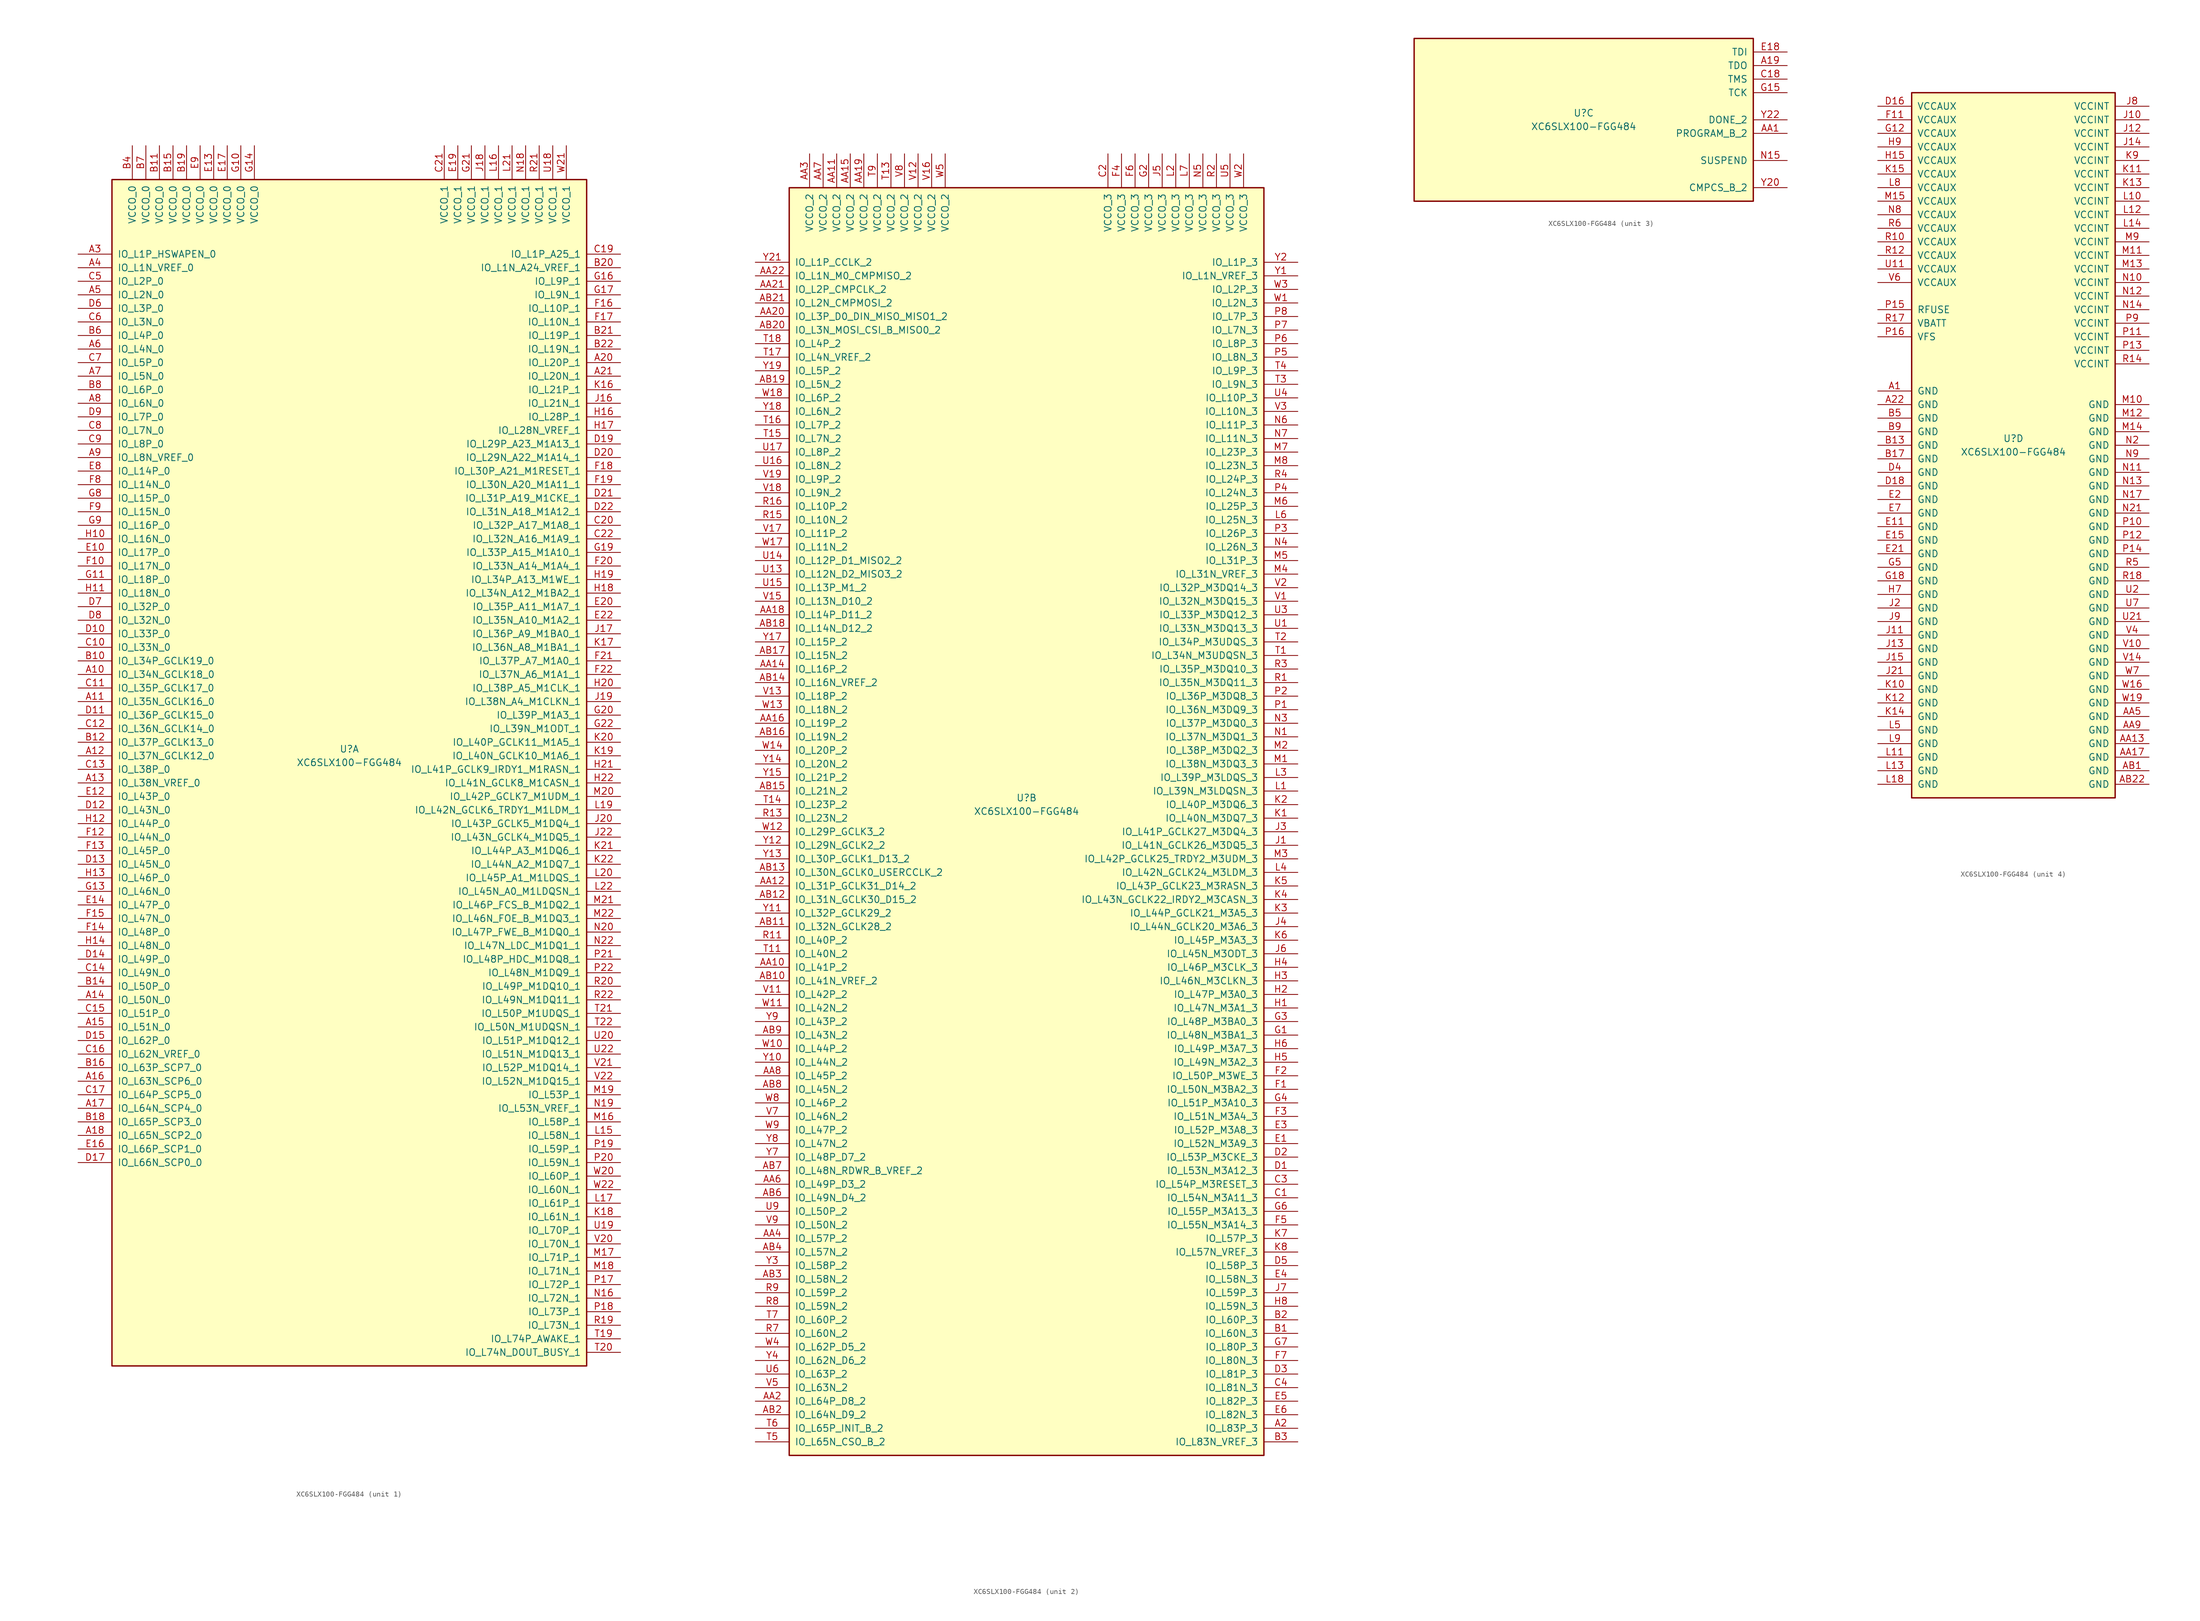
<source format=kicad_sym>
(kicad_symbol_lib
  (version 20201005)
  (generator kicad_symbol_editor)
  (symbol "FPGA_Xilinx_Spartan6:XC6SLX100-FGG484"
    (pin_names
      (offset 1.016))
    (property "Reference" "U"
      (at 0 1.27 0)
      (effects (font (size 1.27 1.27))))
    (property "Value" "XC6SLX100-FGG484"
      (at 0 -1.27 0)
      (effects (font (size 1.27 1.27))))
    (property "Datasheet" ""
      (at 0 0 0)
      (effects (font (size 1.27 1.27))))
    (property "ki_locked" ""
      (at 0 0 0)
      (effects (font (size 1.27 1.27))))
    (symbol "XC6SLX100-FGG484_1_1"
      (rectangle (start -44.45 107.95) (end 44.45 -114.3) (stroke (width 0.254)) (fill (type background)))
      (pin power_in line (at -40.64 114.3 270) (length 6.35) (name "VCCO_0" (effects (font (size 1.27 1.27)))) (number "B4" (effects (font (size 1.27 1.27)))))
      (pin power_in line (at -38.1 114.3 270) (length 6.35) (name "VCCO_0" (effects (font (size 1.27 1.27)))) (number "B7" (effects (font (size 1.27 1.27)))))
      (pin power_in line (at -35.56 114.3 270) (length 6.35) (name "VCCO_0" (effects (font (size 1.27 1.27)))) (number "B11" (effects (font (size 1.27 1.27)))))
      (pin power_in line (at -33.02 114.3 270) (length 6.35) (name "VCCO_0" (effects (font (size 1.27 1.27)))) (number "B15" (effects (font (size 1.27 1.27)))))
      (pin power_in line (at -30.48 114.3 270) (length 6.35) (name "VCCO_0" (effects (font (size 1.27 1.27)))) (number "B19" (effects (font (size 1.27 1.27)))))
      (pin power_in line (at -27.94 114.3 270) (length 6.35) (name "VCCO_0" (effects (font (size 1.27 1.27)))) (number "E9" (effects (font (size 1.27 1.27)))))
      (pin power_in line (at -25.4 114.3 270) (length 6.35) (name "VCCO_0" (effects (font (size 1.27 1.27)))) (number "E13" (effects (font (size 1.27 1.27)))))
      (pin power_in line (at -22.86 114.3 270) (length 6.35) (name "VCCO_0" (effects (font (size 1.27 1.27)))) (number "E17" (effects (font (size 1.27 1.27)))))
      (pin power_in line (at -20.32 114.3 270) (length 6.35) (name "VCCO_0" (effects (font (size 1.27 1.27)))) (number "G10" (effects (font (size 1.27 1.27)))))
      (pin power_in line (at -17.78 114.3 270) (length 6.35) (name "VCCO_0" (effects (font (size 1.27 1.27)))) (number "G14" (effects (font (size 1.27 1.27)))))
      (pin bidirectional line (at -50.8 93.98 0) (length 6.35) (name "IO_L1P_HSWAPEN_0" (effects (font (size 1.27 1.27)))) (number "A3" (effects (font (size 1.27 1.27)))))
      (pin bidirectional line (at -50.8 91.44 0) (length 6.35) (name "IO_L1N_VREF_0" (effects (font (size 1.27 1.27)))) (number "A4" (effects (font (size 1.27 1.27)))))
      (pin bidirectional line (at -50.8 88.9 0) (length 6.35) (name "IO_L2P_0" (effects (font (size 1.27 1.27)))) (number "C5" (effects (font (size 1.27 1.27)))))
      (pin bidirectional line (at -50.8 86.36 0) (length 6.35) (name "IO_L2N_0" (effects (font (size 1.27 1.27)))) (number "A5" (effects (font (size 1.27 1.27)))))
      (pin bidirectional line (at -50.8 83.82 0) (length 6.35) (name "IO_L3P_0" (effects (font (size 1.27 1.27)))) (number "D6" (effects (font (size 1.27 1.27)))))
      (pin bidirectional line (at -50.8 81.28 0) (length 6.35) (name "IO_L3N_0" (effects (font (size 1.27 1.27)))) (number "C6" (effects (font (size 1.27 1.27)))))
      (pin bidirectional line (at -50.8 78.74 0) (length 6.35) (name "IO_L4P_0" (effects (font (size 1.27 1.27)))) (number "B6" (effects (font (size 1.27 1.27)))))
      (pin bidirectional line (at -50.8 76.2 0) (length 6.35) (name "IO_L4N_0" (effects (font (size 1.27 1.27)))) (number "A6" (effects (font (size 1.27 1.27)))))
      (pin bidirectional line (at -50.8 73.66 0) (length 6.35) (name "IO_L5P_0" (effects (font (size 1.27 1.27)))) (number "C7" (effects (font (size 1.27 1.27)))))
      (pin bidirectional line (at -50.8 71.12 0) (length 6.35) (name "IO_L5N_0" (effects (font (size 1.27 1.27)))) (number "A7" (effects (font (size 1.27 1.27)))))
      (pin bidirectional line (at -50.8 68.58 0) (length 6.35) (name "IO_L6P_0" (effects (font (size 1.27 1.27)))) (number "B8" (effects (font (size 1.27 1.27)))))
      (pin bidirectional line (at -50.8 66.04 0) (length 6.35) (name "IO_L6N_0" (effects (font (size 1.27 1.27)))) (number "A8" (effects (font (size 1.27 1.27)))))
      (pin bidirectional line (at -50.8 63.5 0) (length 6.35) (name "IO_L7P_0" (effects (font (size 1.27 1.27)))) (number "D9" (effects (font (size 1.27 1.27)))))
      (pin bidirectional line (at -50.8 60.96 0) (length 6.35) (name "IO_L7N_0" (effects (font (size 1.27 1.27)))) (number "C8" (effects (font (size 1.27 1.27)))))
      (pin bidirectional line (at -50.8 58.42 0) (length 6.35) (name "IO_L8P_0" (effects (font (size 1.27 1.27)))) (number "C9" (effects (font (size 1.27 1.27)))))
      (pin bidirectional line (at -50.8 55.88 0) (length 6.35) (name "IO_L8N_VREF_0" (effects (font (size 1.27 1.27)))) (number "A9" (effects (font (size 1.27 1.27)))))
      (pin bidirectional line (at -50.8 53.34 0) (length 6.35) (name "IO_L14P_0" (effects (font (size 1.27 1.27)))) (number "E8" (effects (font (size 1.27 1.27)))))
      (pin bidirectional line (at -50.8 50.8 0) (length 6.35) (name "IO_L14N_0" (effects (font (size 1.27 1.27)))) (number "F8" (effects (font (size 1.27 1.27)))))
      (pin bidirectional line (at -50.8 48.26 0) (length 6.35) (name "IO_L15P_0" (effects (font (size 1.27 1.27)))) (number "G8" (effects (font (size 1.27 1.27)))))
      (pin bidirectional line (at -50.8 45.72 0) (length 6.35) (name "IO_L15N_0" (effects (font (size 1.27 1.27)))) (number "F9" (effects (font (size 1.27 1.27)))))
      (pin bidirectional line (at -50.8 43.18 0) (length 6.35) (name "IO_L16P_0" (effects (font (size 1.27 1.27)))) (number "G9" (effects (font (size 1.27 1.27)))))
      (pin bidirectional line (at -50.8 40.64 0) (length 6.35) (name "IO_L16N_0" (effects (font (size 1.27 1.27)))) (number "H10" (effects (font (size 1.27 1.27)))))
      (pin bidirectional line (at -50.8 38.1 0) (length 6.35) (name "IO_L17P_0" (effects (font (size 1.27 1.27)))) (number "E10" (effects (font (size 1.27 1.27)))))
      (pin bidirectional line (at -50.8 35.56 0) (length 6.35) (name "IO_L17N_0" (effects (font (size 1.27 1.27)))) (number "F10" (effects (font (size 1.27 1.27)))))
      (pin bidirectional line (at -50.8 33.02 0) (length 6.35) (name "IO_L18P_0" (effects (font (size 1.27 1.27)))) (number "G11" (effects (font (size 1.27 1.27)))))
      (pin bidirectional line (at -50.8 30.48 0) (length 6.35) (name "IO_L18N_0" (effects (font (size 1.27 1.27)))) (number "H11" (effects (font (size 1.27 1.27)))))
      (pin bidirectional line (at -50.8 27.94 0) (length 6.35) (name "IO_L32P_0" (effects (font (size 1.27 1.27)))) (number "D7" (effects (font (size 1.27 1.27)))))
      (pin bidirectional line (at -50.8 25.4 0) (length 6.35) (name "IO_L32N_0" (effects (font (size 1.27 1.27)))) (number "D8" (effects (font (size 1.27 1.27)))))
      (pin bidirectional line (at -50.8 22.86 0) (length 6.35) (name "IO_L33P_0" (effects (font (size 1.27 1.27)))) (number "D10" (effects (font (size 1.27 1.27)))))
      (pin bidirectional line (at -50.8 20.32 0) (length 6.35) (name "IO_L33N_0" (effects (font (size 1.27 1.27)))) (number "C10" (effects (font (size 1.27 1.27)))))
      (pin bidirectional line (at -50.8 17.78 0) (length 6.35) (name "IO_L34P_GCLK19_0" (effects (font (size 1.27 1.27)))) (number "B10" (effects (font (size 1.27 1.27)))))
      (pin bidirectional line (at -50.8 15.24 0) (length 6.35) (name "IO_L34N_GCLK18_0" (effects (font (size 1.27 1.27)))) (number "A10" (effects (font (size 1.27 1.27)))))
      (pin bidirectional line (at -50.8 12.7 0) (length 6.35) (name "IO_L35P_GCLK17_0" (effects (font (size 1.27 1.27)))) (number "C11" (effects (font (size 1.27 1.27)))))
      (pin bidirectional line (at -50.8 10.16 0) (length 6.35) (name "IO_L35N_GCLK16_0" (effects (font (size 1.27 1.27)))) (number "A11" (effects (font (size 1.27 1.27)))))
      (pin bidirectional line (at -50.8 7.62 0) (length 6.35) (name "IO_L36P_GCLK15_0" (effects (font (size 1.27 1.27)))) (number "D11" (effects (font (size 1.27 1.27)))))
      (pin bidirectional line (at -50.8 5.08 0) (length 6.35) (name "IO_L36N_GCLK14_0" (effects (font (size 1.27 1.27)))) (number "C12" (effects (font (size 1.27 1.27)))))
      (pin bidirectional line (at -50.8 2.54 0) (length 6.35) (name "IO_L37P_GCLK13_0" (effects (font (size 1.27 1.27)))) (number "B12" (effects (font (size 1.27 1.27)))))
      (pin bidirectional line (at -50.8 0 0) (length 6.35) (name "IO_L37N_GCLK12_0" (effects (font (size 1.27 1.27)))) (number "A12" (effects (font (size 1.27 1.27)))))
      (pin bidirectional line (at -50.8 -2.54 0) (length 6.35) (name "IO_L38P_0" (effects (font (size 1.27 1.27)))) (number "C13" (effects (font (size 1.27 1.27)))))
      (pin bidirectional line (at -50.8 -5.08 0) (length 6.35) (name "IO_L38N_VREF_0" (effects (font (size 1.27 1.27)))) (number "A13" (effects (font (size 1.27 1.27)))))
      (pin bidirectional line (at -50.8 -7.62 0) (length 6.35) (name "IO_L43P_0" (effects (font (size 1.27 1.27)))) (number "E12" (effects (font (size 1.27 1.27)))))
      (pin bidirectional line (at -50.8 -10.16 0) (length 6.35) (name "IO_L43N_0" (effects (font (size 1.27 1.27)))) (number "D12" (effects (font (size 1.27 1.27)))))
      (pin bidirectional line (at -50.8 -12.7 0) (length 6.35) (name "IO_L44P_0" (effects (font (size 1.27 1.27)))) (number "H12" (effects (font (size 1.27 1.27)))))
      (pin bidirectional line (at -50.8 -15.24 0) (length 6.35) (name "IO_L44N_0" (effects (font (size 1.27 1.27)))) (number "F12" (effects (font (size 1.27 1.27)))))
      (pin bidirectional line (at -50.8 -17.78 0) (length 6.35) (name "IO_L45P_0" (effects (font (size 1.27 1.27)))) (number "F13" (effects (font (size 1.27 1.27)))))
      (pin bidirectional line (at -50.8 -20.32 0) (length 6.35) (name "IO_L45N_0" (effects (font (size 1.27 1.27)))) (number "D13" (effects (font (size 1.27 1.27)))))
      (pin bidirectional line (at -50.8 -22.86 0) (length 6.35) (name "IO_L46P_0" (effects (font (size 1.27 1.27)))) (number "H13" (effects (font (size 1.27 1.27)))))
      (pin bidirectional line (at -50.8 -25.4 0) (length 6.35) (name "IO_L46N_0" (effects (font (size 1.27 1.27)))) (number "G13" (effects (font (size 1.27 1.27)))))
      (pin bidirectional line (at -50.8 -27.94 0) (length 6.35) (name "IO_L47P_0" (effects (font (size 1.27 1.27)))) (number "E14" (effects (font (size 1.27 1.27)))))
      (pin bidirectional line (at -50.8 -30.48 0) (length 6.35) (name "IO_L47N_0" (effects (font (size 1.27 1.27)))) (number "F15" (effects (font (size 1.27 1.27)))))
      (pin bidirectional line (at -50.8 -33.02 0) (length 6.35) (name "IO_L48P_0" (effects (font (size 1.27 1.27)))) (number "F14" (effects (font (size 1.27 1.27)))))
      (pin bidirectional line (at -50.8 -35.56 0) (length 6.35) (name "IO_L48N_0" (effects (font (size 1.27 1.27)))) (number "H14" (effects (font (size 1.27 1.27)))))
      (pin bidirectional line (at -50.8 -38.1 0) (length 6.35) (name "IO_L49P_0" (effects (font (size 1.27 1.27)))) (number "D14" (effects (font (size 1.27 1.27)))))
      (pin bidirectional line (at -50.8 -40.64 0) (length 6.35) (name "IO_L49N_0" (effects (font (size 1.27 1.27)))) (number "C14" (effects (font (size 1.27 1.27)))))
      (pin bidirectional line (at -50.8 -43.18 0) (length 6.35) (name "IO_L50P_0" (effects (font (size 1.27 1.27)))) (number "B14" (effects (font (size 1.27 1.27)))))
      (pin bidirectional line (at -50.8 -45.72 0) (length 6.35) (name "IO_L50N_0" (effects (font (size 1.27 1.27)))) (number "A14" (effects (font (size 1.27 1.27)))))
      (pin bidirectional line (at -50.8 -48.26 0) (length 6.35) (name "IO_L51P_0" (effects (font (size 1.27 1.27)))) (number "C15" (effects (font (size 1.27 1.27)))))
      (pin bidirectional line (at -50.8 -50.8 0) (length 6.35) (name "IO_L51N_0" (effects (font (size 1.27 1.27)))) (number "A15" (effects (font (size 1.27 1.27)))))
      (pin bidirectional line (at -50.8 -53.34 0) (length 6.35) (name "IO_L62P_0" (effects (font (size 1.27 1.27)))) (number "D15" (effects (font (size 1.27 1.27)))))
      (pin bidirectional line (at -50.8 -55.88 0) (length 6.35) (name "IO_L62N_VREF_0" (effects (font (size 1.27 1.27)))) (number "C16" (effects (font (size 1.27 1.27)))))
      (pin bidirectional line (at -50.8 -58.42 0) (length 6.35) (name "IO_L63P_SCP7_0" (effects (font (size 1.27 1.27)))) (number "B16" (effects (font (size 1.27 1.27)))))
      (pin bidirectional line (at -50.8 -60.96 0) (length 6.35) (name "IO_L63N_SCP6_0" (effects (font (size 1.27 1.27)))) (number "A16" (effects (font (size 1.27 1.27)))))
      (pin bidirectional line (at -50.8 -63.5 0) (length 6.35) (name "IO_L64P_SCP5_0" (effects (font (size 1.27 1.27)))) (number "C17" (effects (font (size 1.27 1.27)))))
      (pin bidirectional line (at -50.8 -66.04 0) (length 6.35) (name "IO_L64N_SCP4_0" (effects (font (size 1.27 1.27)))) (number "A17" (effects (font (size 1.27 1.27)))))
      (pin bidirectional line (at -50.8 -68.58 0) (length 6.35) (name "IO_L65P_SCP3_0" (effects (font (size 1.27 1.27)))) (number "B18" (effects (font (size 1.27 1.27)))))
      (pin bidirectional line (at -50.8 -71.12 0) (length 6.35) (name "IO_L65N_SCP2_0" (effects (font (size 1.27 1.27)))) (number "A18" (effects (font (size 1.27 1.27)))))
      (pin bidirectional line (at -50.8 -73.66 0) (length 6.35) (name "IO_L66P_SCP1_0" (effects (font (size 1.27 1.27)))) (number "E16" (effects (font (size 1.27 1.27)))))
      (pin bidirectional line (at -50.8 -76.2 0) (length 6.35) (name "IO_L66N_SCP0_0" (effects (font (size 1.27 1.27)))) (number "D17" (effects (font (size 1.27 1.27)))))
      (pin power_in line (at 17.78 114.3 270) (length 6.35) (name "VCCO_1" (effects (font (size 1.27 1.27)))) (number "C21" (effects (font (size 1.27 1.27)))))
      (pin power_in line (at 20.32 114.3 270) (length 6.35) (name "VCCO_1" (effects (font (size 1.27 1.27)))) (number "E19" (effects (font (size 1.27 1.27)))))
      (pin power_in line (at 22.86 114.3 270) (length 6.35) (name "VCCO_1" (effects (font (size 1.27 1.27)))) (number "G21" (effects (font (size 1.27 1.27)))))
      (pin power_in line (at 25.4 114.3 270) (length 6.35) (name "VCCO_1" (effects (font (size 1.27 1.27)))) (number "J18" (effects (font (size 1.27 1.27)))))
      (pin power_in line (at 27.94 114.3 270) (length 6.35) (name "VCCO_1" (effects (font (size 1.27 1.27)))) (number "L16" (effects (font (size 1.27 1.27)))))
      (pin power_in line (at 30.48 114.3 270) (length 6.35) (name "VCCO_1" (effects (font (size 1.27 1.27)))) (number "L21" (effects (font (size 1.27 1.27)))))
      (pin power_in line (at 33.02 114.3 270) (length 6.35) (name "VCCO_1" (effects (font (size 1.27 1.27)))) (number "N18" (effects (font (size 1.27 1.27)))))
      (pin power_in line (at 35.56 114.3 270) (length 6.35) (name "VCCO_1" (effects (font (size 1.27 1.27)))) (number "R21" (effects (font (size 1.27 1.27)))))
      (pin power_in line (at 38.1 114.3 270) (length 6.35) (name "VCCO_1" (effects (font (size 1.27 1.27)))) (number "U18" (effects (font (size 1.27 1.27)))))
      (pin power_in line (at 40.64 114.3 270) (length 6.35) (name "VCCO_1" (effects (font (size 1.27 1.27)))) (number "W21" (effects (font (size 1.27 1.27)))))
      (pin bidirectional line (at 50.8 93.98 180) (length 6.35) (name "IO_L1P_A25_1" (effects (font (size 1.27 1.27)))) (number "C19" (effects (font (size 1.27 1.27)))))
      (pin bidirectional line (at 50.8 91.44 180) (length 6.35) (name "IO_L1N_A24_VREF_1" (effects (font (size 1.27 1.27)))) (number "B20" (effects (font (size 1.27 1.27)))))
      (pin bidirectional line (at 50.8 88.9 180) (length 6.35) (name "IO_L9P_1" (effects (font (size 1.27 1.27)))) (number "G16" (effects (font (size 1.27 1.27)))))
      (pin bidirectional line (at 50.8 86.36 180) (length 6.35) (name "IO_L9N_1" (effects (font (size 1.27 1.27)))) (number "G17" (effects (font (size 1.27 1.27)))))
      (pin bidirectional line (at 50.8 83.82 180) (length 6.35) (name "IO_L10P_1" (effects (font (size 1.27 1.27)))) (number "F16" (effects (font (size 1.27 1.27)))))
      (pin bidirectional line (at 50.8 81.28 180) (length 6.35) (name "IO_L10N_1" (effects (font (size 1.27 1.27)))) (number "F17" (effects (font (size 1.27 1.27)))))
      (pin bidirectional line (at 50.8 78.74 180) (length 6.35) (name "IO_L19P_1" (effects (font (size 1.27 1.27)))) (number "B21" (effects (font (size 1.27 1.27)))))
      (pin bidirectional line (at 50.8 76.2 180) (length 6.35) (name "IO_L19N_1" (effects (font (size 1.27 1.27)))) (number "B22" (effects (font (size 1.27 1.27)))))
      (pin bidirectional line (at 50.8 73.66 180) (length 6.35) (name "IO_L20P_1" (effects (font (size 1.27 1.27)))) (number "A20" (effects (font (size 1.27 1.27)))))
      (pin bidirectional line (at 50.8 71.12 180) (length 6.35) (name "IO_L20N_1" (effects (font (size 1.27 1.27)))) (number "A21" (effects (font (size 1.27 1.27)))))
      (pin bidirectional line (at 50.8 68.58 180) (length 6.35) (name "IO_L21P_1" (effects (font (size 1.27 1.27)))) (number "K16" (effects (font (size 1.27 1.27)))))
      (pin bidirectional line (at 50.8 66.04 180) (length 6.35) (name "IO_L21N_1" (effects (font (size 1.27 1.27)))) (number "J16" (effects (font (size 1.27 1.27)))))
      (pin bidirectional line (at 50.8 63.5 180) (length 6.35) (name "IO_L28P_1" (effects (font (size 1.27 1.27)))) (number "H16" (effects (font (size 1.27 1.27)))))
      (pin bidirectional line (at 50.8 60.96 180) (length 6.35) (name "IO_L28N_VREF_1" (effects (font (size 1.27 1.27)))) (number "H17" (effects (font (size 1.27 1.27)))))
      (pin bidirectional line (at 50.8 58.42 180) (length 6.35) (name "IO_L29P_A23_M1A13_1" (effects (font (size 1.27 1.27)))) (number "D19" (effects (font (size 1.27 1.27)))))
      (pin bidirectional line (at 50.8 55.88 180) (length 6.35) (name "IO_L29N_A22_M1A14_1" (effects (font (size 1.27 1.27)))) (number "D20" (effects (font (size 1.27 1.27)))))
      (pin bidirectional line (at 50.8 53.34 180) (length 6.35) (name "IO_L30P_A21_M1RESET_1" (effects (font (size 1.27 1.27)))) (number "F18" (effects (font (size 1.27 1.27)))))
      (pin bidirectional line (at 50.8 50.8 180) (length 6.35) (name "IO_L30N_A20_M1A11_1" (effects (font (size 1.27 1.27)))) (number "F19" (effects (font (size 1.27 1.27)))))
      (pin bidirectional line (at 50.8 48.26 180) (length 6.35) (name "IO_L31P_A19_M1CKE_1" (effects (font (size 1.27 1.27)))) (number "D21" (effects (font (size 1.27 1.27)))))
      (pin bidirectional line (at 50.8 45.72 180) (length 6.35) (name "IO_L31N_A18_M1A12_1" (effects (font (size 1.27 1.27)))) (number "D22" (effects (font (size 1.27 1.27)))))
      (pin bidirectional line (at 50.8 43.18 180) (length 6.35) (name "IO_L32P_A17_M1A8_1" (effects (font (size 1.27 1.27)))) (number "C20" (effects (font (size 1.27 1.27)))))
      (pin bidirectional line (at 50.8 40.64 180) (length 6.35) (name "IO_L32N_A16_M1A9_1" (effects (font (size 1.27 1.27)))) (number "C22" (effects (font (size 1.27 1.27)))))
      (pin bidirectional line (at 50.8 38.1 180) (length 6.35) (name "IO_L33P_A15_M1A10_1" (effects (font (size 1.27 1.27)))) (number "G19" (effects (font (size 1.27 1.27)))))
      (pin bidirectional line (at 50.8 35.56 180) (length 6.35) (name "IO_L33N_A14_M1A4_1" (effects (font (size 1.27 1.27)))) (number "F20" (effects (font (size 1.27 1.27)))))
      (pin bidirectional line (at 50.8 33.02 180) (length 6.35) (name "IO_L34P_A13_M1WE_1" (effects (font (size 1.27 1.27)))) (number "H19" (effects (font (size 1.27 1.27)))))
      (pin bidirectional line (at 50.8 30.48 180) (length 6.35) (name "IO_L34N_A12_M1BA2_1" (effects (font (size 1.27 1.27)))) (number "H18" (effects (font (size 1.27 1.27)))))
      (pin bidirectional line (at 50.8 27.94 180) (length 6.35) (name "IO_L35P_A11_M1A7_1" (effects (font (size 1.27 1.27)))) (number "E20" (effects (font (size 1.27 1.27)))))
      (pin bidirectional line (at 50.8 25.4 180) (length 6.35) (name "IO_L35N_A10_M1A2_1" (effects (font (size 1.27 1.27)))) (number "E22" (effects (font (size 1.27 1.27)))))
      (pin bidirectional line (at 50.8 22.86 180) (length 6.35) (name "IO_L36P_A9_M1BA0_1" (effects (font (size 1.27 1.27)))) (number "J17" (effects (font (size 1.27 1.27)))))
      (pin bidirectional line (at 50.8 20.32 180) (length 6.35) (name "IO_L36N_A8_M1BA1_1" (effects (font (size 1.27 1.27)))) (number "K17" (effects (font (size 1.27 1.27)))))
      (pin bidirectional line (at 50.8 17.78 180) (length 6.35) (name "IO_L37P_A7_M1A0_1" (effects (font (size 1.27 1.27)))) (number "F21" (effects (font (size 1.27 1.27)))))
      (pin bidirectional line (at 50.8 15.24 180) (length 6.35) (name "IO_L37N_A6_M1A1_1" (effects (font (size 1.27 1.27)))) (number "F22" (effects (font (size 1.27 1.27)))))
      (pin bidirectional line (at 50.8 12.7 180) (length 6.35) (name "IO_L38P_A5_M1CLK_1" (effects (font (size 1.27 1.27)))) (number "H20" (effects (font (size 1.27 1.27)))))
      (pin bidirectional line (at 50.8 10.16 180) (length 6.35) (name "IO_L38N_A4_M1CLKN_1" (effects (font (size 1.27 1.27)))) (number "J19" (effects (font (size 1.27 1.27)))))
      (pin bidirectional line (at 50.8 7.62 180) (length 6.35) (name "IO_L39P_M1A3_1" (effects (font (size 1.27 1.27)))) (number "G20" (effects (font (size 1.27 1.27)))))
      (pin bidirectional line (at 50.8 5.08 180) (length 6.35) (name "IO_L39N_M1ODT_1" (effects (font (size 1.27 1.27)))) (number "G22" (effects (font (size 1.27 1.27)))))
      (pin bidirectional line (at 50.8 2.54 180) (length 6.35) (name "IO_L40P_GCLK11_M1A5_1" (effects (font (size 1.27 1.27)))) (number "K20" (effects (font (size 1.27 1.27)))))
      (pin bidirectional line (at 50.8 0 180) (length 6.35) (name "IO_L40N_GCLK10_M1A6_1" (effects (font (size 1.27 1.27)))) (number "K19" (effects (font (size 1.27 1.27)))))
      (pin bidirectional line (at 50.8 -2.54 180) (length 6.35) (name "IO_L41P_GCLK9_IRDY1_M1RASN_1" (effects (font (size 1.27 1.27)))) (number "H21" (effects (font (size 1.27 1.27)))))
      (pin bidirectional line (at 50.8 -5.08 180) (length 6.35) (name "IO_L41N_GCLK8_M1CASN_1" (effects (font (size 1.27 1.27)))) (number "H22" (effects (font (size 1.27 1.27)))))
      (pin bidirectional line (at 50.8 -7.62 180) (length 6.35) (name "IO_L42P_GCLK7_M1UDM_1" (effects (font (size 1.27 1.27)))) (number "M20" (effects (font (size 1.27 1.27)))))
      (pin bidirectional line (at 50.8 -10.16 180) (length 6.35) (name "IO_L42N_GCLK6_TRDY1_M1LDM_1" (effects (font (size 1.27 1.27)))) (number "L19" (effects (font (size 1.27 1.27)))))
      (pin bidirectional line (at 50.8 -12.7 180) (length 6.35) (name "IO_L43P_GCLK5_M1DQ4_1" (effects (font (size 1.27 1.27)))) (number "J20" (effects (font (size 1.27 1.27)))))
      (pin bidirectional line (at 50.8 -15.24 180) (length 6.35) (name "IO_L43N_GCLK4_M1DQ5_1" (effects (font (size 1.27 1.27)))) (number "J22" (effects (font (size 1.27 1.27)))))
      (pin bidirectional line (at 50.8 -17.78 180) (length 6.35) (name "IO_L44P_A3_M1DQ6_1" (effects (font (size 1.27 1.27)))) (number "K21" (effects (font (size 1.27 1.27)))))
      (pin bidirectional line (at 50.8 -20.32 180) (length 6.35) (name "IO_L44N_A2_M1DQ7_1" (effects (font (size 1.27 1.27)))) (number "K22" (effects (font (size 1.27 1.27)))))
      (pin bidirectional line (at 50.8 -22.86 180) (length 6.35) (name "IO_L45P_A1_M1LDQS_1" (effects (font (size 1.27 1.27)))) (number "L20" (effects (font (size 1.27 1.27)))))
      (pin bidirectional line (at 50.8 -25.4 180) (length 6.35) (name "IO_L45N_A0_M1LDQSN_1" (effects (font (size 1.27 1.27)))) (number "L22" (effects (font (size 1.27 1.27)))))
      (pin bidirectional line (at 50.8 -27.94 180) (length 6.35) (name "IO_L46P_FCS_B_M1DQ2_1" (effects (font (size 1.27 1.27)))) (number "M21" (effects (font (size 1.27 1.27)))))
      (pin bidirectional line (at 50.8 -30.48 180) (length 6.35) (name "IO_L46N_FOE_B_M1DQ3_1" (effects (font (size 1.27 1.27)))) (number "M22" (effects (font (size 1.27 1.27)))))
      (pin bidirectional line (at 50.8 -33.02 180) (length 6.35) (name "IO_L47P_FWE_B_M1DQ0_1" (effects (font (size 1.27 1.27)))) (number "N20" (effects (font (size 1.27 1.27)))))
      (pin bidirectional line (at 50.8 -35.56 180) (length 6.35) (name "IO_L47N_LDC_M1DQ1_1" (effects (font (size 1.27 1.27)))) (number "N22" (effects (font (size 1.27 1.27)))))
      (pin bidirectional line (at 50.8 -38.1 180) (length 6.35) (name "IO_L48P_HDC_M1DQ8_1" (effects (font (size 1.27 1.27)))) (number "P21" (effects (font (size 1.27 1.27)))))
      (pin bidirectional line (at 50.8 -40.64 180) (length 6.35) (name "IO_L48N_M1DQ9_1" (effects (font (size 1.27 1.27)))) (number "P22" (effects (font (size 1.27 1.27)))))
      (pin bidirectional line (at 50.8 -43.18 180) (length 6.35) (name "IO_L49P_M1DQ10_1" (effects (font (size 1.27 1.27)))) (number "R20" (effects (font (size 1.27 1.27)))))
      (pin bidirectional line (at 50.8 -45.72 180) (length 6.35) (name "IO_L49N_M1DQ11_1" (effects (font (size 1.27 1.27)))) (number "R22" (effects (font (size 1.27 1.27)))))
      (pin bidirectional line (at 50.8 -48.26 180) (length 6.35) (name "IO_L50P_M1UDQS_1" (effects (font (size 1.27 1.27)))) (number "T21" (effects (font (size 1.27 1.27)))))
      (pin bidirectional line (at 50.8 -50.8 180) (length 6.35) (name "IO_L50N_M1UDQSN_1" (effects (font (size 1.27 1.27)))) (number "T22" (effects (font (size 1.27 1.27)))))
      (pin bidirectional line (at 50.8 -53.34 180) (length 6.35) (name "IO_L51P_M1DQ12_1" (effects (font (size 1.27 1.27)))) (number "U20" (effects (font (size 1.27 1.27)))))
      (pin bidirectional line (at 50.8 -55.88 180) (length 6.35) (name "IO_L51N_M1DQ13_1" (effects (font (size 1.27 1.27)))) (number "U22" (effects (font (size 1.27 1.27)))))
      (pin bidirectional line (at 50.8 -58.42 180) (length 6.35) (name "IO_L52P_M1DQ14_1" (effects (font (size 1.27 1.27)))) (number "V21" (effects (font (size 1.27 1.27)))))
      (pin bidirectional line (at 50.8 -60.96 180) (length 6.35) (name "IO_L52N_M1DQ15_1" (effects (font (size 1.27 1.27)))) (number "V22" (effects (font (size 1.27 1.27)))))
      (pin bidirectional line (at 50.8 -63.5 180) (length 6.35) (name "IO_L53P_1" (effects (font (size 1.27 1.27)))) (number "M19" (effects (font (size 1.27 1.27)))))
      (pin bidirectional line (at 50.8 -66.04 180) (length 6.35) (name "IO_L53N_VREF_1" (effects (font (size 1.27 1.27)))) (number "N19" (effects (font (size 1.27 1.27)))))
      (pin bidirectional line (at 50.8 -68.58 180) (length 6.35) (name "IO_L58P_1" (effects (font (size 1.27 1.27)))) (number "M16" (effects (font (size 1.27 1.27)))))
      (pin bidirectional line (at 50.8 -71.12 180) (length 6.35) (name "IO_L58N_1" (effects (font (size 1.27 1.27)))) (number "L15" (effects (font (size 1.27 1.27)))))
      (pin bidirectional line (at 50.8 -73.66 180) (length 6.35) (name "IO_L59P_1" (effects (font (size 1.27 1.27)))) (number "P19" (effects (font (size 1.27 1.27)))))
      (pin bidirectional line (at 50.8 -76.2 180) (length 6.35) (name "IO_L59N_1" (effects (font (size 1.27 1.27)))) (number "P20" (effects (font (size 1.27 1.27)))))
      (pin bidirectional line (at 50.8 -78.74 180) (length 6.35) (name "IO_L60P_1" (effects (font (size 1.27 1.27)))) (number "W20" (effects (font (size 1.27 1.27)))))
      (pin bidirectional line (at 50.8 -81.28 180) (length 6.35) (name "IO_L60N_1" (effects (font (size 1.27 1.27)))) (number "W22" (effects (font (size 1.27 1.27)))))
      (pin bidirectional line (at 50.8 -83.82 180) (length 6.35) (name "IO_L61P_1" (effects (font (size 1.27 1.27)))) (number "L17" (effects (font (size 1.27 1.27)))))
      (pin bidirectional line (at 50.8 -86.36 180) (length 6.35) (name "IO_L61N_1" (effects (font (size 1.27 1.27)))) (number "K18" (effects (font (size 1.27 1.27)))))
      (pin bidirectional line (at 50.8 -88.9 180) (length 6.35) (name "IO_L70P_1" (effects (font (size 1.27 1.27)))) (number "U19" (effects (font (size 1.27 1.27)))))
      (pin bidirectional line (at 50.8 -91.44 180) (length 6.35) (name "IO_L70N_1" (effects (font (size 1.27 1.27)))) (number "V20" (effects (font (size 1.27 1.27)))))
      (pin bidirectional line (at 50.8 -93.98 180) (length 6.35) (name "IO_L71P_1" (effects (font (size 1.27 1.27)))) (number "M17" (effects (font (size 1.27 1.27)))))
      (pin bidirectional line (at 50.8 -96.52 180) (length 6.35) (name "IO_L71N_1" (effects (font (size 1.27 1.27)))) (number "M18" (effects (font (size 1.27 1.27)))))
      (pin bidirectional line (at 50.8 -99.06 180) (length 6.35) (name "IO_L72P_1" (effects (font (size 1.27 1.27)))) (number "P17" (effects (font (size 1.27 1.27)))))
      (pin bidirectional line (at 50.8 -101.6 180) (length 6.35) (name "IO_L72N_1" (effects (font (size 1.27 1.27)))) (number "N16" (effects (font (size 1.27 1.27)))))
      (pin bidirectional line (at 50.8 -104.14 180) (length 6.35) (name "IO_L73P_1" (effects (font (size 1.27 1.27)))) (number "P18" (effects (font (size 1.27 1.27)))))
      (pin bidirectional line (at 50.8 -106.68 180) (length 6.35) (name "IO_L73N_1" (effects (font (size 1.27 1.27)))) (number "R19" (effects (font (size 1.27 1.27)))))
      (pin bidirectional line (at 50.8 -109.22 180) (length 6.35) (name "IO_L74P_AWAKE_1" (effects (font (size 1.27 1.27)))) (number "T19" (effects (font (size 1.27 1.27)))))
      (pin bidirectional line (at 50.8 -111.76 180) (length 6.35) (name "IO_L74N_DOUT_BUSY_1" (effects (font (size 1.27 1.27)))) (number "T20" (effects (font (size 1.27 1.27))))))
    (symbol "XC6SLX100-FGG484_2_1"
      (rectangle (start -44.45 115.57) (end 44.45 -121.92) (stroke (width 0.254)) (fill (type background)))
      (pin power_in line (at -40.64 121.92 270) (length 6.35) (name "VCCO_2" (effects (font (size 1.27 1.27)))) (number "AA3" (effects (font (size 1.27 1.27)))))
      (pin power_in line (at -38.1 121.92 270) (length 6.35) (name "VCCO_2" (effects (font (size 1.27 1.27)))) (number "AA7" (effects (font (size 1.27 1.27)))))
      (pin power_in line (at -35.56 121.92 270) (length 6.35) (name "VCCO_2" (effects (font (size 1.27 1.27)))) (number "AA11" (effects (font (size 1.27 1.27)))))
      (pin power_in line (at -33.02 121.92 270) (length 6.35) (name "VCCO_2" (effects (font (size 1.27 1.27)))) (number "AA15" (effects (font (size 1.27 1.27)))))
      (pin power_in line (at -30.48 121.92 270) (length 6.35) (name "VCCO_2" (effects (font (size 1.27 1.27)))) (number "AA19" (effects (font (size 1.27 1.27)))))
      (pin power_in line (at -27.94 121.92 270) (length 6.35) (name "VCCO_2" (effects (font (size 1.27 1.27)))) (number "T9" (effects (font (size 1.27 1.27)))))
      (pin power_in line (at -25.4 121.92 270) (length 6.35) (name "VCCO_2" (effects (font (size 1.27 1.27)))) (number "T13" (effects (font (size 1.27 1.27)))))
      (pin power_in line (at -22.86 121.92 270) (length 6.35) (name "VCCO_2" (effects (font (size 1.27 1.27)))) (number "V8" (effects (font (size 1.27 1.27)))))
      (pin power_in line (at -20.32 121.92 270) (length 6.35) (name "VCCO_2" (effects (font (size 1.27 1.27)))) (number "V12" (effects (font (size 1.27 1.27)))))
      (pin power_in line (at -17.78 121.92 270) (length 6.35) (name "VCCO_2" (effects (font (size 1.27 1.27)))) (number "V16" (effects (font (size 1.27 1.27)))))
      (pin power_in line (at -15.24 121.92 270) (length 6.35) (name "VCCO_2" (effects (font (size 1.27 1.27)))) (number "W5" (effects (font (size 1.27 1.27)))))
      (pin bidirectional line (at -50.8 101.6 0) (length 6.35) (name "IO_L1P_CCLK_2" (effects (font (size 1.27 1.27)))) (number "Y21" (effects (font (size 1.27 1.27)))))
      (pin bidirectional line (at -50.8 99.06 0) (length 6.35) (name "IO_L1N_M0_CMPMISO_2" (effects (font (size 1.27 1.27)))) (number "AA22" (effects (font (size 1.27 1.27)))))
      (pin bidirectional line (at -50.8 96.52 0) (length 6.35) (name "IO_L2P_CMPCLK_2" (effects (font (size 1.27 1.27)))) (number "AA21" (effects (font (size 1.27 1.27)))))
      (pin bidirectional line (at -50.8 93.98 0) (length 6.35) (name "IO_L2N_CMPMOSI_2" (effects (font (size 1.27 1.27)))) (number "AB21" (effects (font (size 1.27 1.27)))))
      (pin bidirectional line (at -50.8 91.44 0) (length 6.35) (name "IO_L3P_D0_DIN_MISO_MISO1_2" (effects (font (size 1.27 1.27)))) (number "AA20" (effects (font (size 1.27 1.27)))))
      (pin bidirectional line (at -50.8 88.9 0) (length 6.35) (name "IO_L3N_MOSI_CSI_B_MISO0_2" (effects (font (size 1.27 1.27)))) (number "AB20" (effects (font (size 1.27 1.27)))))
      (pin bidirectional line (at -50.8 86.36 0) (length 6.35) (name "IO_L4P_2" (effects (font (size 1.27 1.27)))) (number "T18" (effects (font (size 1.27 1.27)))))
      (pin bidirectional line (at -50.8 83.82 0) (length 6.35) (name "IO_L4N_VREF_2" (effects (font (size 1.27 1.27)))) (number "T17" (effects (font (size 1.27 1.27)))))
      (pin bidirectional line (at -50.8 81.28 0) (length 6.35) (name "IO_L5P_2" (effects (font (size 1.27 1.27)))) (number "Y19" (effects (font (size 1.27 1.27)))))
      (pin bidirectional line (at -50.8 78.74 0) (length 6.35) (name "IO_L5N_2" (effects (font (size 1.27 1.27)))) (number "AB19" (effects (font (size 1.27 1.27)))))
      (pin bidirectional line (at -50.8 76.2 0) (length 6.35) (name "IO_L6P_2" (effects (font (size 1.27 1.27)))) (number "W18" (effects (font (size 1.27 1.27)))))
      (pin bidirectional line (at -50.8 73.66 0) (length 6.35) (name "IO_L6N_2" (effects (font (size 1.27 1.27)))) (number "Y18" (effects (font (size 1.27 1.27)))))
      (pin bidirectional line (at -50.8 71.12 0) (length 6.35) (name "IO_L7P_2" (effects (font (size 1.27 1.27)))) (number "T16" (effects (font (size 1.27 1.27)))))
      (pin bidirectional line (at -50.8 68.58 0) (length 6.35) (name "IO_L7N_2" (effects (font (size 1.27 1.27)))) (number "T15" (effects (font (size 1.27 1.27)))))
      (pin bidirectional line (at -50.8 66.04 0) (length 6.35) (name "IO_L8P_2" (effects (font (size 1.27 1.27)))) (number "U17" (effects (font (size 1.27 1.27)))))
      (pin bidirectional line (at -50.8 63.5 0) (length 6.35) (name "IO_L8N_2" (effects (font (size 1.27 1.27)))) (number "U16" (effects (font (size 1.27 1.27)))))
      (pin bidirectional line (at -50.8 60.96 0) (length 6.35) (name "IO_L9P_2" (effects (font (size 1.27 1.27)))) (number "V19" (effects (font (size 1.27 1.27)))))
      (pin bidirectional line (at -50.8 58.42 0) (length 6.35) (name "IO_L9N_2" (effects (font (size 1.27 1.27)))) (number "V18" (effects (font (size 1.27 1.27)))))
      (pin bidirectional line (at -50.8 55.88 0) (length 6.35) (name "IO_L10P_2" (effects (font (size 1.27 1.27)))) (number "R16" (effects (font (size 1.27 1.27)))))
      (pin bidirectional line (at -50.8 53.34 0) (length 6.35) (name "IO_L10N_2" (effects (font (size 1.27 1.27)))) (number "R15" (effects (font (size 1.27 1.27)))))
      (pin bidirectional line (at -50.8 50.8 0) (length 6.35) (name "IO_L11P_2" (effects (font (size 1.27 1.27)))) (number "V17" (effects (font (size 1.27 1.27)))))
      (pin bidirectional line (at -50.8 48.26 0) (length 6.35) (name "IO_L11N_2" (effects (font (size 1.27 1.27)))) (number "W17" (effects (font (size 1.27 1.27)))))
      (pin bidirectional line (at -50.8 45.72 0) (length 6.35) (name "IO_L12P_D1_MISO2_2" (effects (font (size 1.27 1.27)))) (number "U14" (effects (font (size 1.27 1.27)))))
      (pin bidirectional line (at -50.8 43.18 0) (length 6.35) (name "IO_L12N_D2_MISO3_2" (effects (font (size 1.27 1.27)))) (number "U13" (effects (font (size 1.27 1.27)))))
      (pin bidirectional line (at -50.8 40.64 0) (length 6.35) (name "IO_L13P_M1_2" (effects (font (size 1.27 1.27)))) (number "U15" (effects (font (size 1.27 1.27)))))
      (pin bidirectional line (at -50.8 38.1 0) (length 6.35) (name "IO_L13N_D10_2" (effects (font (size 1.27 1.27)))) (number "V15" (effects (font (size 1.27 1.27)))))
      (pin bidirectional line (at -50.8 35.56 0) (length 6.35) (name "IO_L14P_D11_2" (effects (font (size 1.27 1.27)))) (number "AA18" (effects (font (size 1.27 1.27)))))
      (pin bidirectional line (at -50.8 33.02 0) (length 6.35) (name "IO_L14N_D12_2" (effects (font (size 1.27 1.27)))) (number "AB18" (effects (font (size 1.27 1.27)))))
      (pin bidirectional line (at -50.8 30.48 0) (length 6.35) (name "IO_L15P_2" (effects (font (size 1.27 1.27)))) (number "Y17" (effects (font (size 1.27 1.27)))))
      (pin bidirectional line (at -50.8 27.94 0) (length 6.35) (name "IO_L15N_2" (effects (font (size 1.27 1.27)))) (number "AB17" (effects (font (size 1.27 1.27)))))
      (pin bidirectional line (at -50.8 25.4 0) (length 6.35) (name "IO_L16P_2" (effects (font (size 1.27 1.27)))) (number "AA14" (effects (font (size 1.27 1.27)))))
      (pin bidirectional line (at -50.8 22.86 0) (length 6.35) (name "IO_L16N_VREF_2" (effects (font (size 1.27 1.27)))) (number "AB14" (effects (font (size 1.27 1.27)))))
      (pin bidirectional line (at -50.8 20.32 0) (length 6.35) (name "IO_L18P_2" (effects (font (size 1.27 1.27)))) (number "V13" (effects (font (size 1.27 1.27)))))
      (pin bidirectional line (at -50.8 17.78 0) (length 6.35) (name "IO_L18N_2" (effects (font (size 1.27 1.27)))) (number "W13" (effects (font (size 1.27 1.27)))))
      (pin bidirectional line (at -50.8 15.24 0) (length 6.35) (name "IO_L19P_2" (effects (font (size 1.27 1.27)))) (number "AA16" (effects (font (size 1.27 1.27)))))
      (pin bidirectional line (at -50.8 12.7 0) (length 6.35) (name "IO_L19N_2" (effects (font (size 1.27 1.27)))) (number "AB16" (effects (font (size 1.27 1.27)))))
      (pin bidirectional line (at -50.8 10.16 0) (length 6.35) (name "IO_L20P_2" (effects (font (size 1.27 1.27)))) (number "W14" (effects (font (size 1.27 1.27)))))
      (pin bidirectional line (at -50.8 7.62 0) (length 6.35) (name "IO_L20N_2" (effects (font (size 1.27 1.27)))) (number "Y14" (effects (font (size 1.27 1.27)))))
      (pin bidirectional line (at -50.8 5.08 0) (length 6.35) (name "IO_L21P_2" (effects (font (size 1.27 1.27)))) (number "Y15" (effects (font (size 1.27 1.27)))))
      (pin bidirectional line (at -50.8 2.54 0) (length 6.35) (name "IO_L21N_2" (effects (font (size 1.27 1.27)))) (number "AB15" (effects (font (size 1.27 1.27)))))
      (pin bidirectional line (at -50.8 0 0) (length 6.35) (name "IO_L23P_2" (effects (font (size 1.27 1.27)))) (number "T14" (effects (font (size 1.27 1.27)))))
      (pin bidirectional line (at -50.8 -2.54 0) (length 6.35) (name "IO_L23N_2" (effects (font (size 1.27 1.27)))) (number "R13" (effects (font (size 1.27 1.27)))))
      (pin bidirectional line (at -50.8 -5.08 0) (length 6.35) (name "IO_L29P_GCLK3_2" (effects (font (size 1.27 1.27)))) (number "W12" (effects (font (size 1.27 1.27)))))
      (pin bidirectional line (at -50.8 -7.62 0) (length 6.35) (name "IO_L29N_GCLK2_2" (effects (font (size 1.27 1.27)))) (number "Y12" (effects (font (size 1.27 1.27)))))
      (pin bidirectional line (at -50.8 -10.16 0) (length 6.35) (name "IO_L30P_GCLK1_D13_2" (effects (font (size 1.27 1.27)))) (number "Y13" (effects (font (size 1.27 1.27)))))
      (pin bidirectional line (at -50.8 -12.7 0) (length 6.35) (name "IO_L30N_GCLK0_USERCCLK_2" (effects (font (size 1.27 1.27)))) (number "AB13" (effects (font (size 1.27 1.27)))))
      (pin bidirectional line (at -50.8 -15.24 0) (length 6.35) (name "IO_L31P_GCLK31_D14_2" (effects (font (size 1.27 1.27)))) (number "AA12" (effects (font (size 1.27 1.27)))))
      (pin bidirectional line (at -50.8 -17.78 0) (length 6.35) (name "IO_L31N_GCLK30_D15_2" (effects (font (size 1.27 1.27)))) (number "AB12" (effects (font (size 1.27 1.27)))))
      (pin bidirectional line (at -50.8 -20.32 0) (length 6.35) (name "IO_L32P_GCLK29_2" (effects (font (size 1.27 1.27)))) (number "Y11" (effects (font (size 1.27 1.27)))))
      (pin bidirectional line (at -50.8 -22.86 0) (length 6.35) (name "IO_L32N_GCLK28_2" (effects (font (size 1.27 1.27)))) (number "AB11" (effects (font (size 1.27 1.27)))))
      (pin bidirectional line (at -50.8 -25.4 0) (length 6.35) (name "IO_L40P_2" (effects (font (size 1.27 1.27)))) (number "R11" (effects (font (size 1.27 1.27)))))
      (pin bidirectional line (at -50.8 -27.94 0) (length 6.35) (name "IO_L40N_2" (effects (font (size 1.27 1.27)))) (number "T11" (effects (font (size 1.27 1.27)))))
      (pin bidirectional line (at -50.8 -30.48 0) (length 6.35) (name "IO_L41P_2" (effects (font (size 1.27 1.27)))) (number "AA10" (effects (font (size 1.27 1.27)))))
      (pin bidirectional line (at -50.8 -33.02 0) (length 6.35) (name "IO_L41N_VREF_2" (effects (font (size 1.27 1.27)))) (number "AB10" (effects (font (size 1.27 1.27)))))
      (pin bidirectional line (at -50.8 -35.56 0) (length 6.35) (name "IO_L42P_2" (effects (font (size 1.27 1.27)))) (number "V11" (effects (font (size 1.27 1.27)))))
      (pin bidirectional line (at -50.8 -38.1 0) (length 6.35) (name "IO_L42N_2" (effects (font (size 1.27 1.27)))) (number "W11" (effects (font (size 1.27 1.27)))))
      (pin bidirectional line (at -50.8 -40.64 0) (length 6.35) (name "IO_L43P_2" (effects (font (size 1.27 1.27)))) (number "Y9" (effects (font (size 1.27 1.27)))))
      (pin bidirectional line (at -50.8 -43.18 0) (length 6.35) (name "IO_L43N_2" (effects (font (size 1.27 1.27)))) (number "AB9" (effects (font (size 1.27 1.27)))))
      (pin bidirectional line (at -50.8 -45.72 0) (length 6.35) (name "IO_L44P_2" (effects (font (size 1.27 1.27)))) (number "W10" (effects (font (size 1.27 1.27)))))
      (pin bidirectional line (at -50.8 -48.26 0) (length 6.35) (name "IO_L44N_2" (effects (font (size 1.27 1.27)))) (number "Y10" (effects (font (size 1.27 1.27)))))
      (pin bidirectional line (at -50.8 -50.8 0) (length 6.35) (name "IO_L45P_2" (effects (font (size 1.27 1.27)))) (number "AA8" (effects (font (size 1.27 1.27)))))
      (pin bidirectional line (at -50.8 -53.34 0) (length 6.35) (name "IO_L45N_2" (effects (font (size 1.27 1.27)))) (number "AB8" (effects (font (size 1.27 1.27)))))
      (pin bidirectional line (at -50.8 -55.88 0) (length 6.35) (name "IO_L46P_2" (effects (font (size 1.27 1.27)))) (number "W8" (effects (font (size 1.27 1.27)))))
      (pin bidirectional line (at -50.8 -58.42 0) (length 6.35) (name "IO_L46N_2" (effects (font (size 1.27 1.27)))) (number "V7" (effects (font (size 1.27 1.27)))))
      (pin bidirectional line (at -50.8 -60.96 0) (length 6.35) (name "IO_L47P_2" (effects (font (size 1.27 1.27)))) (number "W9" (effects (font (size 1.27 1.27)))))
      (pin bidirectional line (at -50.8 -63.5 0) (length 6.35) (name "IO_L47N_2" (effects (font (size 1.27 1.27)))) (number "Y8" (effects (font (size 1.27 1.27)))))
      (pin bidirectional line (at -50.8 -66.04 0) (length 6.35) (name "IO_L48P_D7_2" (effects (font (size 1.27 1.27)))) (number "Y7" (effects (font (size 1.27 1.27)))))
      (pin bidirectional line (at -50.8 -68.58 0) (length 6.35) (name "IO_L48N_RDWR_B_VREF_2" (effects (font (size 1.27 1.27)))) (number "AB7" (effects (font (size 1.27 1.27)))))
      (pin bidirectional line (at -50.8 -71.12 0) (length 6.35) (name "IO_L49P_D3_2" (effects (font (size 1.27 1.27)))) (number "AA6" (effects (font (size 1.27 1.27)))))
      (pin bidirectional line (at -50.8 -73.66 0) (length 6.35) (name "IO_L49N_D4_2" (effects (font (size 1.27 1.27)))) (number "AB6" (effects (font (size 1.27 1.27)))))
      (pin bidirectional line (at -50.8 -76.2 0) (length 6.35) (name "IO_L50P_2" (effects (font (size 1.27 1.27)))) (number "U9" (effects (font (size 1.27 1.27)))))
      (pin bidirectional line (at -50.8 -78.74 0) (length 6.35) (name "IO_L50N_2" (effects (font (size 1.27 1.27)))) (number "V9" (effects (font (size 1.27 1.27)))))
      (pin bidirectional line (at -50.8 -81.28 0) (length 6.35) (name "IO_L57P_2" (effects (font (size 1.27 1.27)))) (number "AA4" (effects (font (size 1.27 1.27)))))
      (pin bidirectional line (at -50.8 -83.82 0) (length 6.35) (name "IO_L57N_2" (effects (font (size 1.27 1.27)))) (number "AB4" (effects (font (size 1.27 1.27)))))
      (pin bidirectional line (at -50.8 -86.36 0) (length 6.35) (name "IO_L58P_2" (effects (font (size 1.27 1.27)))) (number "Y3" (effects (font (size 1.27 1.27)))))
      (pin bidirectional line (at -50.8 -88.9 0) (length 6.35) (name "IO_L58N_2" (effects (font (size 1.27 1.27)))) (number "AB3" (effects (font (size 1.27 1.27)))))
      (pin bidirectional line (at -50.8 -91.44 0) (length 6.35) (name "IO_L59P_2" (effects (font (size 1.27 1.27)))) (number "R9" (effects (font (size 1.27 1.27)))))
      (pin bidirectional line (at -50.8 -93.98 0) (length 6.35) (name "IO_L59N_2" (effects (font (size 1.27 1.27)))) (number "R8" (effects (font (size 1.27 1.27)))))
      (pin bidirectional line (at -50.8 -96.52 0) (length 6.35) (name "IO_L60P_2" (effects (font (size 1.27 1.27)))) (number "T7" (effects (font (size 1.27 1.27)))))
      (pin bidirectional line (at -50.8 -99.06 0) (length 6.35) (name "IO_L60N_2" (effects (font (size 1.27 1.27)))) (number "R7" (effects (font (size 1.27 1.27)))))
      (pin bidirectional line (at -50.8 -101.6 0) (length 6.35) (name "IO_L62P_D5_2" (effects (font (size 1.27 1.27)))) (number "W4" (effects (font (size 1.27 1.27)))))
      (pin bidirectional line (at -50.8 -104.14 0) (length 6.35) (name "IO_L62N_D6_2" (effects (font (size 1.27 1.27)))) (number "Y4" (effects (font (size 1.27 1.27)))))
      (pin bidirectional line (at -50.8 -106.68 0) (length 6.35) (name "IO_L63P_2" (effects (font (size 1.27 1.27)))) (number "U6" (effects (font (size 1.27 1.27)))))
      (pin bidirectional line (at -50.8 -109.22 0) (length 6.35) (name "IO_L63N_2" (effects (font (size 1.27 1.27)))) (number "V5" (effects (font (size 1.27 1.27)))))
      (pin bidirectional line (at -50.8 -111.76 0) (length 6.35) (name "IO_L64P_D8_2" (effects (font (size 1.27 1.27)))) (number "AA2" (effects (font (size 1.27 1.27)))))
      (pin bidirectional line (at -50.8 -114.3 0) (length 6.35) (name "IO_L64N_D9_2" (effects (font (size 1.27 1.27)))) (number "AB2" (effects (font (size 1.27 1.27)))))
      (pin bidirectional line (at -50.8 -116.84 0) (length 6.35) (name "IO_L65P_INIT_B_2" (effects (font (size 1.27 1.27)))) (number "T6" (effects (font (size 1.27 1.27)))))
      (pin bidirectional line (at -50.8 -119.38 0) (length 6.35) (name "IO_L65N_CSO_B_2" (effects (font (size 1.27 1.27)))) (number "T5" (effects (font (size 1.27 1.27)))))
      (pin power_in line (at 15.24 121.92 270) (length 6.35) (name "VCCO_3" (effects (font (size 1.27 1.27)))) (number "C2" (effects (font (size 1.27 1.27)))))
      (pin power_in line (at 17.78 121.92 270) (length 6.35) (name "VCCO_3" (effects (font (size 1.27 1.27)))) (number "F4" (effects (font (size 1.27 1.27)))))
      (pin power_in line (at 20.32 121.92 270) (length 6.35) (name "VCCO_3" (effects (font (size 1.27 1.27)))) (number "F6" (effects (font (size 1.27 1.27)))))
      (pin power_in line (at 22.86 121.92 270) (length 6.35) (name "VCCO_3" (effects (font (size 1.27 1.27)))) (number "G2" (effects (font (size 1.27 1.27)))))
      (pin power_in line (at 25.4 121.92 270) (length 6.35) (name "VCCO_3" (effects (font (size 1.27 1.27)))) (number "J5" (effects (font (size 1.27 1.27)))))
      (pin power_in line (at 27.94 121.92 270) (length 6.35) (name "VCCO_3" (effects (font (size 1.27 1.27)))) (number "L2" (effects (font (size 1.27 1.27)))))
      (pin power_in line (at 30.48 121.92 270) (length 6.35) (name "VCCO_3" (effects (font (size 1.27 1.27)))) (number "L7" (effects (font (size 1.27 1.27)))))
      (pin power_in line (at 33.02 121.92 270) (length 6.35) (name "VCCO_3" (effects (font (size 1.27 1.27)))) (number "N5" (effects (font (size 1.27 1.27)))))
      (pin power_in line (at 35.56 121.92 270) (length 6.35) (name "VCCO_3" (effects (font (size 1.27 1.27)))) (number "R2" (effects (font (size 1.27 1.27)))))
      (pin power_in line (at 38.1 121.92 270) (length 6.35) (name "VCCO_3" (effects (font (size 1.27 1.27)))) (number "U5" (effects (font (size 1.27 1.27)))))
      (pin power_in line (at 40.64 121.92 270) (length 6.35) (name "VCCO_3" (effects (font (size 1.27 1.27)))) (number "W2" (effects (font (size 1.27 1.27)))))
      (pin bidirectional line (at 50.8 101.6 180) (length 6.35) (name "IO_L1P_3" (effects (font (size 1.27 1.27)))) (number "Y2" (effects (font (size 1.27 1.27)))))
      (pin bidirectional line (at 50.8 99.06 180) (length 6.35) (name "IO_L1N_VREF_3" (effects (font (size 1.27 1.27)))) (number "Y1" (effects (font (size 1.27 1.27)))))
      (pin bidirectional line (at 50.8 96.52 180) (length 6.35) (name "IO_L2P_3" (effects (font (size 1.27 1.27)))) (number "W3" (effects (font (size 1.27 1.27)))))
      (pin bidirectional line (at 50.8 93.98 180) (length 6.35) (name "IO_L2N_3" (effects (font (size 1.27 1.27)))) (number "W1" (effects (font (size 1.27 1.27)))))
      (pin bidirectional line (at 50.8 91.44 180) (length 6.35) (name "IO_L7P_3" (effects (font (size 1.27 1.27)))) (number "P8" (effects (font (size 1.27 1.27)))))
      (pin bidirectional line (at 50.8 88.9 180) (length 6.35) (name "IO_L7N_3" (effects (font (size 1.27 1.27)))) (number "P7" (effects (font (size 1.27 1.27)))))
      (pin bidirectional line (at 50.8 86.36 180) (length 6.35) (name "IO_L8P_3" (effects (font (size 1.27 1.27)))) (number "P6" (effects (font (size 1.27 1.27)))))
      (pin bidirectional line (at 50.8 83.82 180) (length 6.35) (name "IO_L8N_3" (effects (font (size 1.27 1.27)))) (number "P5" (effects (font (size 1.27 1.27)))))
      (pin bidirectional line (at 50.8 81.28 180) (length 6.35) (name "IO_L9P_3" (effects (font (size 1.27 1.27)))) (number "T4" (effects (font (size 1.27 1.27)))))
      (pin bidirectional line (at 50.8 78.74 180) (length 6.35) (name "IO_L9N_3" (effects (font (size 1.27 1.27)))) (number "T3" (effects (font (size 1.27 1.27)))))
      (pin bidirectional line (at 50.8 76.2 180) (length 6.35) (name "IO_L10P_3" (effects (font (size 1.27 1.27)))) (number "U4" (effects (font (size 1.27 1.27)))))
      (pin bidirectional line (at 50.8 73.66 180) (length 6.35) (name "IO_L10N_3" (effects (font (size 1.27 1.27)))) (number "V3" (effects (font (size 1.27 1.27)))))
      (pin bidirectional line (at 50.8 71.12 180) (length 6.35) (name "IO_L11P_3" (effects (font (size 1.27 1.27)))) (number "N6" (effects (font (size 1.27 1.27)))))
      (pin bidirectional line (at 50.8 68.58 180) (length 6.35) (name "IO_L11N_3" (effects (font (size 1.27 1.27)))) (number "N7" (effects (font (size 1.27 1.27)))))
      (pin bidirectional line (at 50.8 66.04 180) (length 6.35) (name "IO_L23P_3" (effects (font (size 1.27 1.27)))) (number "M7" (effects (font (size 1.27 1.27)))))
      (pin bidirectional line (at 50.8 63.5 180) (length 6.35) (name "IO_L23N_3" (effects (font (size 1.27 1.27)))) (number "M8" (effects (font (size 1.27 1.27)))))
      (pin bidirectional line (at 50.8 60.96 180) (length 6.35) (name "IO_L24P_3" (effects (font (size 1.27 1.27)))) (number "R4" (effects (font (size 1.27 1.27)))))
      (pin bidirectional line (at 50.8 58.42 180) (length 6.35) (name "IO_L24N_3" (effects (font (size 1.27 1.27)))) (number "P4" (effects (font (size 1.27 1.27)))))
      (pin bidirectional line (at 50.8 55.88 180) (length 6.35) (name "IO_L25P_3" (effects (font (size 1.27 1.27)))) (number "M6" (effects (font (size 1.27 1.27)))))
      (pin bidirectional line (at 50.8 53.34 180) (length 6.35) (name "IO_L25N_3" (effects (font (size 1.27 1.27)))) (number "L6" (effects (font (size 1.27 1.27)))))
      (pin bidirectional line (at 50.8 50.8 180) (length 6.35) (name "IO_L26P_3" (effects (font (size 1.27 1.27)))) (number "P3" (effects (font (size 1.27 1.27)))))
      (pin bidirectional line (at 50.8 48.26 180) (length 6.35) (name "IO_L26N_3" (effects (font (size 1.27 1.27)))) (number "N4" (effects (font (size 1.27 1.27)))))
      (pin bidirectional line (at 50.8 45.72 180) (length 6.35) (name "IO_L31P_3" (effects (font (size 1.27 1.27)))) (number "M5" (effects (font (size 1.27 1.27)))))
      (pin bidirectional line (at 50.8 43.18 180) (length 6.35) (name "IO_L31N_VREF_3" (effects (font (size 1.27 1.27)))) (number "M4" (effects (font (size 1.27 1.27)))))
      (pin bidirectional line (at 50.8 40.64 180) (length 6.35) (name "IO_L32P_M3DQ14_3" (effects (font (size 1.27 1.27)))) (number "V2" (effects (font (size 1.27 1.27)))))
      (pin bidirectional line (at 50.8 38.1 180) (length 6.35) (name "IO_L32N_M3DQ15_3" (effects (font (size 1.27 1.27)))) (number "V1" (effects (font (size 1.27 1.27)))))
      (pin bidirectional line (at 50.8 35.56 180) (length 6.35) (name "IO_L33P_M3DQ12_3" (effects (font (size 1.27 1.27)))) (number "U3" (effects (font (size 1.27 1.27)))))
      (pin bidirectional line (at 50.8 33.02 180) (length 6.35) (name "IO_L33N_M3DQ13_3" (effects (font (size 1.27 1.27)))) (number "U1" (effects (font (size 1.27 1.27)))))
      (pin bidirectional line (at 50.8 30.48 180) (length 6.35) (name "IO_L34P_M3UDQS_3" (effects (font (size 1.27 1.27)))) (number "T2" (effects (font (size 1.27 1.27)))))
      (pin bidirectional line (at 50.8 27.94 180) (length 6.35) (name "IO_L34N_M3UDQSN_3" (effects (font (size 1.27 1.27)))) (number "T1" (effects (font (size 1.27 1.27)))))
      (pin bidirectional line (at 50.8 25.4 180) (length 6.35) (name "IO_L35P_M3DQ10_3" (effects (font (size 1.27 1.27)))) (number "R3" (effects (font (size 1.27 1.27)))))
      (pin bidirectional line (at 50.8 22.86 180) (length 6.35) (name "IO_L35N_M3DQ11_3" (effects (font (size 1.27 1.27)))) (number "R1" (effects (font (size 1.27 1.27)))))
      (pin bidirectional line (at 50.8 20.32 180) (length 6.35) (name "IO_L36P_M3DQ8_3" (effects (font (size 1.27 1.27)))) (number "P2" (effects (font (size 1.27 1.27)))))
      (pin bidirectional line (at 50.8 17.78 180) (length 6.35) (name "IO_L36N_M3DQ9_3" (effects (font (size 1.27 1.27)))) (number "P1" (effects (font (size 1.27 1.27)))))
      (pin bidirectional line (at 50.8 15.24 180) (length 6.35) (name "IO_L37P_M3DQ0_3" (effects (font (size 1.27 1.27)))) (number "N3" (effects (font (size 1.27 1.27)))))
      (pin bidirectional line (at 50.8 12.7 180) (length 6.35) (name "IO_L37N_M3DQ1_3" (effects (font (size 1.27 1.27)))) (number "N1" (effects (font (size 1.27 1.27)))))
      (pin bidirectional line (at 50.8 10.16 180) (length 6.35) (name "IO_L38P_M3DQ2_3" (effects (font (size 1.27 1.27)))) (number "M2" (effects (font (size 1.27 1.27)))))
      (pin bidirectional line (at 50.8 7.62 180) (length 6.35) (name "IO_L38N_M3DQ3_3" (effects (font (size 1.27 1.27)))) (number "M1" (effects (font (size 1.27 1.27)))))
      (pin bidirectional line (at 50.8 5.08 180) (length 6.35) (name "IO_L39P_M3LDQS_3" (effects (font (size 1.27 1.27)))) (number "L3" (effects (font (size 1.27 1.27)))))
      (pin bidirectional line (at 50.8 2.54 180) (length 6.35) (name "IO_L39N_M3LDQSN_3" (effects (font (size 1.27 1.27)))) (number "L1" (effects (font (size 1.27 1.27)))))
      (pin bidirectional line (at 50.8 0 180) (length 6.35) (name "IO_L40P_M3DQ6_3" (effects (font (size 1.27 1.27)))) (number "K2" (effects (font (size 1.27 1.27)))))
      (pin bidirectional line (at 50.8 -2.54 180) (length 6.35) (name "IO_L40N_M3DQ7_3" (effects (font (size 1.27 1.27)))) (number "K1" (effects (font (size 1.27 1.27)))))
      (pin bidirectional line (at 50.8 -5.08 180) (length 6.35) (name "IO_L41P_GCLK27_M3DQ4_3" (effects (font (size 1.27 1.27)))) (number "J3" (effects (font (size 1.27 1.27)))))
      (pin bidirectional line (at 50.8 -7.62 180) (length 6.35) (name "IO_L41N_GCLK26_M3DQ5_3" (effects (font (size 1.27 1.27)))) (number "J1" (effects (font (size 1.27 1.27)))))
      (pin bidirectional line (at 50.8 -10.16 180) (length 6.35) (name "IO_L42P_GCLK25_TRDY2_M3UDM_3" (effects (font (size 1.27 1.27)))) (number "M3" (effects (font (size 1.27 1.27)))))
      (pin bidirectional line (at 50.8 -12.7 180) (length 6.35) (name "IO_L42N_GCLK24_M3LDM_3" (effects (font (size 1.27 1.27)))) (number "L4" (effects (font (size 1.27 1.27)))))
      (pin bidirectional line (at 50.8 -15.24 180) (length 6.35) (name "IO_L43P_GCLK23_M3RASN_3" (effects (font (size 1.27 1.27)))) (number "K5" (effects (font (size 1.27 1.27)))))
      (pin bidirectional line (at 50.8 -17.78 180) (length 6.35) (name "IO_L43N_GCLK22_IRDY2_M3CASN_3" (effects (font (size 1.27 1.27)))) (number "K4" (effects (font (size 1.27 1.27)))))
      (pin bidirectional line (at 50.8 -20.32 180) (length 6.35) (name "IO_L44P_GCLK21_M3A5_3" (effects (font (size 1.27 1.27)))) (number "K3" (effects (font (size 1.27 1.27)))))
      (pin bidirectional line (at 50.8 -22.86 180) (length 6.35) (name "IO_L44N_GCLK20_M3A6_3" (effects (font (size 1.27 1.27)))) (number "J4" (effects (font (size 1.27 1.27)))))
      (pin bidirectional line (at 50.8 -25.4 180) (length 6.35) (name "IO_L45P_M3A3_3" (effects (font (size 1.27 1.27)))) (number "K6" (effects (font (size 1.27 1.27)))))
      (pin bidirectional line (at 50.8 -27.94 180) (length 6.35) (name "IO_L45N_M3ODT_3" (effects (font (size 1.27 1.27)))) (number "J6" (effects (font (size 1.27 1.27)))))
      (pin bidirectional line (at 50.8 -30.48 180) (length 6.35) (name "IO_L46P_M3CLK_3" (effects (font (size 1.27 1.27)))) (number "H4" (effects (font (size 1.27 1.27)))))
      (pin bidirectional line (at 50.8 -33.02 180) (length 6.35) (name "IO_L46N_M3CLKN_3" (effects (font (size 1.27 1.27)))) (number "H3" (effects (font (size 1.27 1.27)))))
      (pin bidirectional line (at 50.8 -35.56 180) (length 6.35) (name "IO_L47P_M3A0_3" (effects (font (size 1.27 1.27)))) (number "H2" (effects (font (size 1.27 1.27)))))
      (pin bidirectional line (at 50.8 -38.1 180) (length 6.35) (name "IO_L47N_M3A1_3" (effects (font (size 1.27 1.27)))) (number "H1" (effects (font (size 1.27 1.27)))))
      (pin bidirectional line (at 50.8 -40.64 180) (length 6.35) (name "IO_L48P_M3BA0_3" (effects (font (size 1.27 1.27)))) (number "G3" (effects (font (size 1.27 1.27)))))
      (pin bidirectional line (at 50.8 -43.18 180) (length 6.35) (name "IO_L48N_M3BA1_3" (effects (font (size 1.27 1.27)))) (number "G1" (effects (font (size 1.27 1.27)))))
      (pin bidirectional line (at 50.8 -45.72 180) (length 6.35) (name "IO_L49P_M3A7_3" (effects (font (size 1.27 1.27)))) (number "H6" (effects (font (size 1.27 1.27)))))
      (pin bidirectional line (at 50.8 -48.26 180) (length 6.35) (name "IO_L49N_M3A2_3" (effects (font (size 1.27 1.27)))) (number "H5" (effects (font (size 1.27 1.27)))))
      (pin bidirectional line (at 50.8 -50.8 180) (length 6.35) (name "IO_L50P_M3WE_3" (effects (font (size 1.27 1.27)))) (number "F2" (effects (font (size 1.27 1.27)))))
      (pin bidirectional line (at 50.8 -53.34 180) (length 6.35) (name "IO_L50N_M3BA2_3" (effects (font (size 1.27 1.27)))) (number "F1" (effects (font (size 1.27 1.27)))))
      (pin bidirectional line (at 50.8 -55.88 180) (length 6.35) (name "IO_L51P_M3A10_3" (effects (font (size 1.27 1.27)))) (number "G4" (effects (font (size 1.27 1.27)))))
      (pin bidirectional line (at 50.8 -58.42 180) (length 6.35) (name "IO_L51N_M3A4_3" (effects (font (size 1.27 1.27)))) (number "F3" (effects (font (size 1.27 1.27)))))
      (pin bidirectional line (at 50.8 -60.96 180) (length 6.35) (name "IO_L52P_M3A8_3" (effects (font (size 1.27 1.27)))) (number "E3" (effects (font (size 1.27 1.27)))))
      (pin bidirectional line (at 50.8 -63.5 180) (length 6.35) (name "IO_L52N_M3A9_3" (effects (font (size 1.27 1.27)))) (number "E1" (effects (font (size 1.27 1.27)))))
      (pin bidirectional line (at 50.8 -66.04 180) (length 6.35) (name "IO_L53P_M3CKE_3" (effects (font (size 1.27 1.27)))) (number "D2" (effects (font (size 1.27 1.27)))))
      (pin bidirectional line (at 50.8 -68.58 180) (length 6.35) (name "IO_L53N_M3A12_3" (effects (font (size 1.27 1.27)))) (number "D1" (effects (font (size 1.27 1.27)))))
      (pin bidirectional line (at 50.8 -71.12 180) (length 6.35) (name "IO_L54P_M3RESET_3" (effects (font (size 1.27 1.27)))) (number "C3" (effects (font (size 1.27 1.27)))))
      (pin bidirectional line (at 50.8 -73.66 180) (length 6.35) (name "IO_L54N_M3A11_3" (effects (font (size 1.27 1.27)))) (number "C1" (effects (font (size 1.27 1.27)))))
      (pin bidirectional line (at 50.8 -76.2 180) (length 6.35) (name "IO_L55P_M3A13_3" (effects (font (size 1.27 1.27)))) (number "G6" (effects (font (size 1.27 1.27)))))
      (pin bidirectional line (at 50.8 -78.74 180) (length 6.35) (name "IO_L55N_M3A14_3" (effects (font (size 1.27 1.27)))) (number "F5" (effects (font (size 1.27 1.27)))))
      (pin bidirectional line (at 50.8 -81.28 180) (length 6.35) (name "IO_L57P_3" (effects (font (size 1.27 1.27)))) (number "K7" (effects (font (size 1.27 1.27)))))
      (pin bidirectional line (at 50.8 -83.82 180) (length 6.35) (name "IO_L57N_VREF_3" (effects (font (size 1.27 1.27)))) (number "K8" (effects (font (size 1.27 1.27)))))
      (pin bidirectional line (at 50.8 -86.36 180) (length 6.35) (name "IO_L58P_3" (effects (font (size 1.27 1.27)))) (number "D5" (effects (font (size 1.27 1.27)))))
      (pin bidirectional line (at 50.8 -88.9 180) (length 6.35) (name "IO_L58N_3" (effects (font (size 1.27 1.27)))) (number "E4" (effects (font (size 1.27 1.27)))))
      (pin bidirectional line (at 50.8 -91.44 180) (length 6.35) (name "IO_L59P_3" (effects (font (size 1.27 1.27)))) (number "J7" (effects (font (size 1.27 1.27)))))
      (pin bidirectional line (at 50.8 -93.98 180) (length 6.35) (name "IO_L59N_3" (effects (font (size 1.27 1.27)))) (number "H8" (effects (font (size 1.27 1.27)))))
      (pin bidirectional line (at 50.8 -96.52 180) (length 6.35) (name "IO_L60P_3" (effects (font (size 1.27 1.27)))) (number "B2" (effects (font (size 1.27 1.27)))))
      (pin bidirectional line (at 50.8 -99.06 180) (length 6.35) (name "IO_L60N_3" (effects (font (size 1.27 1.27)))) (number "B1" (effects (font (size 1.27 1.27)))))
      (pin bidirectional line (at 50.8 -101.6 180) (length 6.35) (name "IO_L80P_3" (effects (font (size 1.27 1.27)))) (number "G7" (effects (font (size 1.27 1.27)))))
      (pin bidirectional line (at 50.8 -104.14 180) (length 6.35) (name "IO_L80N_3" (effects (font (size 1.27 1.27)))) (number "F7" (effects (font (size 1.27 1.27)))))
      (pin bidirectional line (at 50.8 -106.68 180) (length 6.35) (name "IO_L81P_3" (effects (font (size 1.27 1.27)))) (number "D3" (effects (font (size 1.27 1.27)))))
      (pin bidirectional line (at 50.8 -109.22 180) (length 6.35) (name "IO_L81N_3" (effects (font (size 1.27 1.27)))) (number "C4" (effects (font (size 1.27 1.27)))))
      (pin bidirectional line (at 50.8 -111.76 180) (length 6.35) (name "IO_L82P_3" (effects (font (size 1.27 1.27)))) (number "E5" (effects (font (size 1.27 1.27)))))
      (pin bidirectional line (at 50.8 -114.3 180) (length 6.35) (name "IO_L82N_3" (effects (font (size 1.27 1.27)))) (number "E6" (effects (font (size 1.27 1.27)))))
      (pin bidirectional line (at 50.8 -116.84 180) (length 6.35) (name "IO_L83P_3" (effects (font (size 1.27 1.27)))) (number "A2" (effects (font (size 1.27 1.27)))))
      (pin bidirectional line (at 50.8 -119.38 180) (length 6.35) (name "IO_L83N_VREF_3" (effects (font (size 1.27 1.27)))) (number "B3" (effects (font (size 1.27 1.27))))))
    (symbol "XC6SLX100-FGG484_3_1"
      (rectangle (start -31.75 15.24) (end 31.75 -15.24) (stroke (width 0.254)) (fill (type background)))
      (pin bidirectional line (at 38.1 12.7 180) (length 6.35) (name "TDI" (effects (font (size 1.27 1.27)))) (number "E18" (effects (font (size 1.27 1.27)))))
      (pin bidirectional line (at 38.1 10.16 180) (length 6.35) (name "TDO" (effects (font (size 1.27 1.27)))) (number "A19" (effects (font (size 1.27 1.27)))))
      (pin bidirectional line (at 38.1 7.62 180) (length 6.35) (name "TMS" (effects (font (size 1.27 1.27)))) (number "C18" (effects (font (size 1.27 1.27)))))
      (pin bidirectional line (at 38.1 5.08 180) (length 6.35) (name "TCK" (effects (font (size 1.27 1.27)))) (number "G15" (effects (font (size 1.27 1.27)))))
      (pin bidirectional line (at 38.1 0 180) (length 6.35) (name "DONE_2" (effects (font (size 1.27 1.27)))) (number "Y22" (effects (font (size 1.27 1.27)))))
      (pin bidirectional line (at 38.1 -2.54 180) (length 6.35) (name "PROGRAM_B_2" (effects (font (size 1.27 1.27)))) (number "AA1" (effects (font (size 1.27 1.27)))))
      (pin bidirectional line (at 38.1 -7.62 180) (length 6.35) (name "SUSPEND" (effects (font (size 1.27 1.27)))) (number "N15" (effects (font (size 1.27 1.27)))))
      (pin bidirectional line (at 38.1 -12.7 180) (length 6.35) (name "CMPCS_B_2" (effects (font (size 1.27 1.27)))) (number "Y20" (effects (font (size 1.27 1.27))))))
    (symbol "XC6SLX100-FGG484_4_1"
      (rectangle (start -19.05 66.04) (end 19.05 -66.04) (stroke (width 0.254)) (fill (type background)))
      (pin power_in line (at -25.4 63.5 0) (length 6.35) (name "VCCAUX" (effects (font (size 1.27 1.27)))) (number "D16" (effects (font (size 1.27 1.27)))))
      (pin power_in line (at -25.4 60.96 0) (length 6.35) (name "VCCAUX" (effects (font (size 1.27 1.27)))) (number "F11" (effects (font (size 1.27 1.27)))))
      (pin power_in line (at -25.4 58.42 0) (length 6.35) (name "VCCAUX" (effects (font (size 1.27 1.27)))) (number "G12" (effects (font (size 1.27 1.27)))))
      (pin power_in line (at -25.4 55.88 0) (length 6.35) (name "VCCAUX" (effects (font (size 1.27 1.27)))) (number "H9" (effects (font (size 1.27 1.27)))))
      (pin power_in line (at -25.4 53.34 0) (length 6.35) (name "VCCAUX" (effects (font (size 1.27 1.27)))) (number "H15" (effects (font (size 1.27 1.27)))))
      (pin power_in line (at -25.4 50.8 0) (length 6.35) (name "VCCAUX" (effects (font (size 1.27 1.27)))) (number "K15" (effects (font (size 1.27 1.27)))))
      (pin power_in line (at -25.4 48.26 0) (length 6.35) (name "VCCAUX" (effects (font (size 1.27 1.27)))) (number "L8" (effects (font (size 1.27 1.27)))))
      (pin power_in line (at -25.4 45.72 0) (length 6.35) (name "VCCAUX" (effects (font (size 1.27 1.27)))) (number "M15" (effects (font (size 1.27 1.27)))))
      (pin power_in line (at -25.4 43.18 0) (length 6.35) (name "VCCAUX" (effects (font (size 1.27 1.27)))) (number "N8" (effects (font (size 1.27 1.27)))))
      (pin power_in line (at -25.4 40.64 0) (length 6.35) (name "VCCAUX" (effects (font (size 1.27 1.27)))) (number "R6" (effects (font (size 1.27 1.27)))))
      (pin power_in line (at -25.4 38.1 0) (length 6.35) (name "VCCAUX" (effects (font (size 1.27 1.27)))) (number "R10" (effects (font (size 1.27 1.27)))))
      (pin power_in line (at -25.4 35.56 0) (length 6.35) (name "VCCAUX" (effects (font (size 1.27 1.27)))) (number "R12" (effects (font (size 1.27 1.27)))))
      (pin power_in line (at -25.4 33.02 0) (length 6.35) (name "VCCAUX" (effects (font (size 1.27 1.27)))) (number "U11" (effects (font (size 1.27 1.27)))))
      (pin power_in line (at -25.4 30.48 0) (length 6.35) (name "VCCAUX" (effects (font (size 1.27 1.27)))) (number "V6" (effects (font (size 1.27 1.27)))))
      (pin power_in line (at -25.4 25.4 0) (length 6.35) (name "RFUSE" (effects (font (size 1.27 1.27)))) (number "P15" (effects (font (size 1.27 1.27)))))
      (pin power_in line (at -25.4 22.86 0) (length 6.35) (name "VBATT" (effects (font (size 1.27 1.27)))) (number "R17" (effects (font (size 1.27 1.27)))))
      (pin power_in line (at -25.4 20.32 0) (length 6.35) (name "VFS" (effects (font (size 1.27 1.27)))) (number "P16" (effects (font (size 1.27 1.27)))))
      (pin power_in line (at -25.4 10.16 0) (length 6.35) (name "GND" (effects (font (size 1.27 1.27)))) (number "A1" (effects (font (size 1.27 1.27)))))
      (pin power_in line (at -25.4 7.62 0) (length 6.35) (name "GND" (effects (font (size 1.27 1.27)))) (number "A22" (effects (font (size 1.27 1.27)))))
      (pin power_in line (at -25.4 5.08 0) (length 6.35) (name "GND" (effects (font (size 1.27 1.27)))) (number "B5" (effects (font (size 1.27 1.27)))))
      (pin power_in line (at -25.4 2.54 0) (length 6.35) (name "GND" (effects (font (size 1.27 1.27)))) (number "B9" (effects (font (size 1.27 1.27)))))
      (pin power_in line (at -25.4 0 0) (length 6.35) (name "GND" (effects (font (size 1.27 1.27)))) (number "B13" (effects (font (size 1.27 1.27)))))
      (pin power_in line (at -25.4 -2.54 0) (length 6.35) (name "GND" (effects (font (size 1.27 1.27)))) (number "B17" (effects (font (size 1.27 1.27)))))
      (pin power_in line (at -25.4 -5.08 0) (length 6.35) (name "GND" (effects (font (size 1.27 1.27)))) (number "D4" (effects (font (size 1.27 1.27)))))
      (pin power_in line (at -25.4 -7.62 0) (length 6.35) (name "GND" (effects (font (size 1.27 1.27)))) (number "D18" (effects (font (size 1.27 1.27)))))
      (pin power_in line (at -25.4 -10.16 0) (length 6.35) (name "GND" (effects (font (size 1.27 1.27)))) (number "E2" (effects (font (size 1.27 1.27)))))
      (pin power_in line (at -25.4 -12.7 0) (length 6.35) (name "GND" (effects (font (size 1.27 1.27)))) (number "E7" (effects (font (size 1.27 1.27)))))
      (pin power_in line (at -25.4 -15.24 0) (length 6.35) (name "GND" (effects (font (size 1.27 1.27)))) (number "E11" (effects (font (size 1.27 1.27)))))
      (pin power_in line (at -25.4 -17.78 0) (length 6.35) (name "GND" (effects (font (size 1.27 1.27)))) (number "E15" (effects (font (size 1.27 1.27)))))
      (pin power_in line (at -25.4 -20.32 0) (length 6.35) (name "GND" (effects (font (size 1.27 1.27)))) (number "E21" (effects (font (size 1.27 1.27)))))
      (pin power_in line (at -25.4 -22.86 0) (length 6.35) (name "GND" (effects (font (size 1.27 1.27)))) (number "G5" (effects (font (size 1.27 1.27)))))
      (pin power_in line (at -25.4 -25.4 0) (length 6.35) (name "GND" (effects (font (size 1.27 1.27)))) (number "G18" (effects (font (size 1.27 1.27)))))
      (pin power_in line (at -25.4 -27.94 0) (length 6.35) (name "GND" (effects (font (size 1.27 1.27)))) (number "H7" (effects (font (size 1.27 1.27)))))
      (pin power_in line (at -25.4 -30.48 0) (length 6.35) (name "GND" (effects (font (size 1.27 1.27)))) (number "J2" (effects (font (size 1.27 1.27)))))
      (pin power_in line (at -25.4 -33.02 0) (length 6.35) (name "GND" (effects (font (size 1.27 1.27)))) (number "J9" (effects (font (size 1.27 1.27)))))
      (pin power_in line (at -25.4 -35.56 0) (length 6.35) (name "GND" (effects (font (size 1.27 1.27)))) (number "J11" (effects (font (size 1.27 1.27)))))
      (pin power_in line (at -25.4 -38.1 0) (length 6.35) (name "GND" (effects (font (size 1.27 1.27)))) (number "J13" (effects (font (size 1.27 1.27)))))
      (pin power_in line (at -25.4 -40.64 0) (length 6.35) (name "GND" (effects (font (size 1.27 1.27)))) (number "J15" (effects (font (size 1.27 1.27)))))
      (pin power_in line (at -25.4 -43.18 0) (length 6.35) (name "GND" (effects (font (size 1.27 1.27)))) (number "J21" (effects (font (size 1.27 1.27)))))
      (pin power_in line (at -25.4 -45.72 0) (length 6.35) (name "GND" (effects (font (size 1.27 1.27)))) (number "K10" (effects (font (size 1.27 1.27)))))
      (pin power_in line (at -25.4 -48.26 0) (length 6.35) (name "GND" (effects (font (size 1.27 1.27)))) (number "K12" (effects (font (size 1.27 1.27)))))
      (pin power_in line (at -25.4 -50.8 0) (length 6.35) (name "GND" (effects (font (size 1.27 1.27)))) (number "K14" (effects (font (size 1.27 1.27)))))
      (pin power_in line (at -25.4 -53.34 0) (length 6.35) (name "GND" (effects (font (size 1.27 1.27)))) (number "L5" (effects (font (size 1.27 1.27)))))
      (pin power_in line (at -25.4 -55.88 0) (length 6.35) (name "GND" (effects (font (size 1.27 1.27)))) (number "L9" (effects (font (size 1.27 1.27)))))
      (pin power_in line (at -25.4 -58.42 0) (length 6.35) (name "GND" (effects (font (size 1.27 1.27)))) (number "L11" (effects (font (size 1.27 1.27)))))
      (pin power_in line (at -25.4 -60.96 0) (length 6.35) (name "GND" (effects (font (size 1.27 1.27)))) (number "L13" (effects (font (size 1.27 1.27)))))
      (pin power_in line (at -25.4 -63.5 0) (length 6.35) (name "GND" (effects (font (size 1.27 1.27)))) (number "L18" (effects (font (size 1.27 1.27)))))
      (pin power_in line (at 25.4 63.5 180) (length 6.35) (name "VCCINT" (effects (font (size 1.27 1.27)))) (number "J8" (effects (font (size 1.27 1.27)))))
      (pin power_in line (at 25.4 60.96 180) (length 6.35) (name "VCCINT" (effects (font (size 1.27 1.27)))) (number "J10" (effects (font (size 1.27 1.27)))))
      (pin power_in line (at 25.4 58.42 180) (length 6.35) (name "VCCINT" (effects (font (size 1.27 1.27)))) (number "J12" (effects (font (size 1.27 1.27)))))
      (pin power_in line (at 25.4 55.88 180) (length 6.35) (name "VCCINT" (effects (font (size 1.27 1.27)))) (number "J14" (effects (font (size 1.27 1.27)))))
      (pin power_in line (at 25.4 53.34 180) (length 6.35) (name "VCCINT" (effects (font (size 1.27 1.27)))) (number "K9" (effects (font (size 1.27 1.27)))))
      (pin power_in line (at 25.4 50.8 180) (length 6.35) (name "VCCINT" (effects (font (size 1.27 1.27)))) (number "K11" (effects (font (size 1.27 1.27)))))
      (pin power_in line (at 25.4 48.26 180) (length 6.35) (name "VCCINT" (effects (font (size 1.27 1.27)))) (number "K13" (effects (font (size 1.27 1.27)))))
      (pin power_in line (at 25.4 45.72 180) (length 6.35) (name "VCCINT" (effects (font (size 1.27 1.27)))) (number "L10" (effects (font (size 1.27 1.27)))))
      (pin power_in line (at 25.4 43.18 180) (length 6.35) (name "VCCINT" (effects (font (size 1.27 1.27)))) (number "L12" (effects (font (size 1.27 1.27)))))
      (pin power_in line (at 25.4 40.64 180) (length 6.35) (name "VCCINT" (effects (font (size 1.27 1.27)))) (number "L14" (effects (font (size 1.27 1.27)))))
      (pin power_in line (at 25.4 38.1 180) (length 6.35) (name "VCCINT" (effects (font (size 1.27 1.27)))) (number "M9" (effects (font (size 1.27 1.27)))))
      (pin power_in line (at 25.4 35.56 180) (length 6.35) (name "VCCINT" (effects (font (size 1.27 1.27)))) (number "M11" (effects (font (size 1.27 1.27)))))
      (pin power_in line (at 25.4 33.02 180) (length 6.35) (name "VCCINT" (effects (font (size 1.27 1.27)))) (number "M13" (effects (font (size 1.27 1.27)))))
      (pin power_in line (at 25.4 30.48 180) (length 6.35) (name "VCCINT" (effects (font (size 1.27 1.27)))) (number "N10" (effects (font (size 1.27 1.27)))))
      (pin power_in line (at 25.4 27.94 180) (length 6.35) (name "VCCINT" (effects (font (size 1.27 1.27)))) (number "N12" (effects (font (size 1.27 1.27)))))
      (pin power_in line (at 25.4 25.4 180) (length 6.35) (name "VCCINT" (effects (font (size 1.27 1.27)))) (number "N14" (effects (font (size 1.27 1.27)))))
      (pin power_in line (at 25.4 22.86 180) (length 6.35) (name "VCCINT" (effects (font (size 1.27 1.27)))) (number "P9" (effects (font (size 1.27 1.27)))))
      (pin power_in line (at 25.4 20.32 180) (length 6.35) (name "VCCINT" (effects (font (size 1.27 1.27)))) (number "P11" (effects (font (size 1.27 1.27)))))
      (pin power_in line (at 25.4 17.78 180) (length 6.35) (name "VCCINT" (effects (font (size 1.27 1.27)))) (number "P13" (effects (font (size 1.27 1.27)))))
      (pin power_in line (at 25.4 15.24 180) (length 6.35) (name "VCCINT" (effects (font (size 1.27 1.27)))) (number "R14" (effects (font (size 1.27 1.27)))))
      (pin power_in line (at 25.4 7.62 180) (length 6.35) (name "GND" (effects (font (size 1.27 1.27)))) (number "M10" (effects (font (size 1.27 1.27)))))
      (pin power_in line (at 25.4 5.08 180) (length 6.35) (name "GND" (effects (font (size 1.27 1.27)))) (number "M12" (effects (font (size 1.27 1.27)))))
      (pin power_in line (at 25.4 2.54 180) (length 6.35) (name "GND" (effects (font (size 1.27 1.27)))) (number "M14" (effects (font (size 1.27 1.27)))))
      (pin power_in line (at 25.4 0 180) (length 6.35) (name "GND" (effects (font (size 1.27 1.27)))) (number "N2" (effects (font (size 1.27 1.27)))))
      (pin power_in line (at 25.4 -2.54 180) (length 6.35) (name "GND" (effects (font (size 1.27 1.27)))) (number "N9" (effects (font (size 1.27 1.27)))))
      (pin power_in line (at 25.4 -5.08 180) (length 6.35) (name "GND" (effects (font (size 1.27 1.27)))) (number "N11" (effects (font (size 1.27 1.27)))))
      (pin power_in line (at 25.4 -7.62 180) (length 6.35) (name "GND" (effects (font (size 1.27 1.27)))) (number "N13" (effects (font (size 1.27 1.27)))))
      (pin power_in line (at 25.4 -10.16 180) (length 6.35) (name "GND" (effects (font (size 1.27 1.27)))) (number "N17" (effects (font (size 1.27 1.27)))))
      (pin power_in line (at 25.4 -12.7 180) (length 6.35) (name "GND" (effects (font (size 1.27 1.27)))) (number "N21" (effects (font (size 1.27 1.27)))))
      (pin power_in line (at 25.4 -15.24 180) (length 6.35) (name "GND" (effects (font (size 1.27 1.27)))) (number "P10" (effects (font (size 1.27 1.27)))))
      (pin power_in line (at 25.4 -17.78 180) (length 6.35) (name "GND" (effects (font (size 1.27 1.27)))) (number "P12" (effects (font (size 1.27 1.27)))))
      (pin power_in line (at 25.4 -20.32 180) (length 6.35) (name "GND" (effects (font (size 1.27 1.27)))) (number "P14" (effects (font (size 1.27 1.27)))))
      (pin power_in line (at 25.4 -22.86 180) (length 6.35) (name "GND" (effects (font (size 1.27 1.27)))) (number "R5" (effects (font (size 1.27 1.27)))))
      (pin power_in line (at 25.4 -25.4 180) (length 6.35) (name "GND" (effects (font (size 1.27 1.27)))) (number "R18" (effects (font (size 1.27 1.27)))))
      (pin power_in line (at 25.4 -27.94 180) (length 6.35) (name "GND" (effects (font (size 1.27 1.27)))) (number "U2" (effects (font (size 1.27 1.27)))))
      (pin power_in line (at 25.4 -30.48 180) (length 6.35) (name "GND" (effects (font (size 1.27 1.27)))) (number "U7" (effects (font (size 1.27 1.27)))))
      (pin power_in line (at 25.4 -33.02 180) (length 6.35) (name "GND" (effects (font (size 1.27 1.27)))) (number "U21" (effects (font (size 1.27 1.27)))))
      (pin power_in line (at 25.4 -35.56 180) (length 6.35) (name "GND" (effects (font (size 1.27 1.27)))) (number "V4" (effects (font (size 1.27 1.27)))))
      (pin power_in line (at 25.4 -38.1 180) (length 6.35) (name "GND" (effects (font (size 1.27 1.27)))) (number "V10" (effects (font (size 1.27 1.27)))))
      (pin power_in line (at 25.4 -40.64 180) (length 6.35) (name "GND" (effects (font (size 1.27 1.27)))) (number "V14" (effects (font (size 1.27 1.27)))))
      (pin power_in line (at 25.4 -43.18 180) (length 6.35) (name "GND" (effects (font (size 1.27 1.27)))) (number "W7" (effects (font (size 1.27 1.27)))))
      (pin power_in line (at 25.4 -45.72 180) (length 6.35) (name "GND" (effects (font (size 1.27 1.27)))) (number "W16" (effects (font (size 1.27 1.27)))))
      (pin power_in line (at 25.4 -48.26 180) (length 6.35) (name "GND" (effects (font (size 1.27 1.27)))) (number "W19" (effects (font (size 1.27 1.27)))))
      (pin power_in line (at 25.4 -50.8 180) (length 6.35) (name "GND" (effects (font (size 1.27 1.27)))) (number "AA5" (effects (font (size 1.27 1.27)))))
      (pin power_in line (at 25.4 -53.34 180) (length 6.35) (name "GND" (effects (font (size 1.27 1.27)))) (number "AA9" (effects (font (size 1.27 1.27)))))
      (pin power_in line (at 25.4 -55.88 180) (length 6.35) (name "GND" (effects (font (size 1.27 1.27)))) (number "AA13" (effects (font (size 1.27 1.27)))))
      (pin power_in line (at 25.4 -58.42 180) (length 6.35) (name "GND" (effects (font (size 1.27 1.27)))) (number "AA17" (effects (font (size 1.27 1.27)))))
      (pin power_in line (at 25.4 -60.96 180) (length 6.35) (name "GND" (effects (font (size 1.27 1.27)))) (number "AB1" (effects (font (size 1.27 1.27)))))
      (pin power_in line (at 25.4 -63.5 180) (length 6.35) (name "GND" (effects (font (size 1.27 1.27)))) (number "AB22" (effects (font (size 1.27 1.27))))))))
</source>
